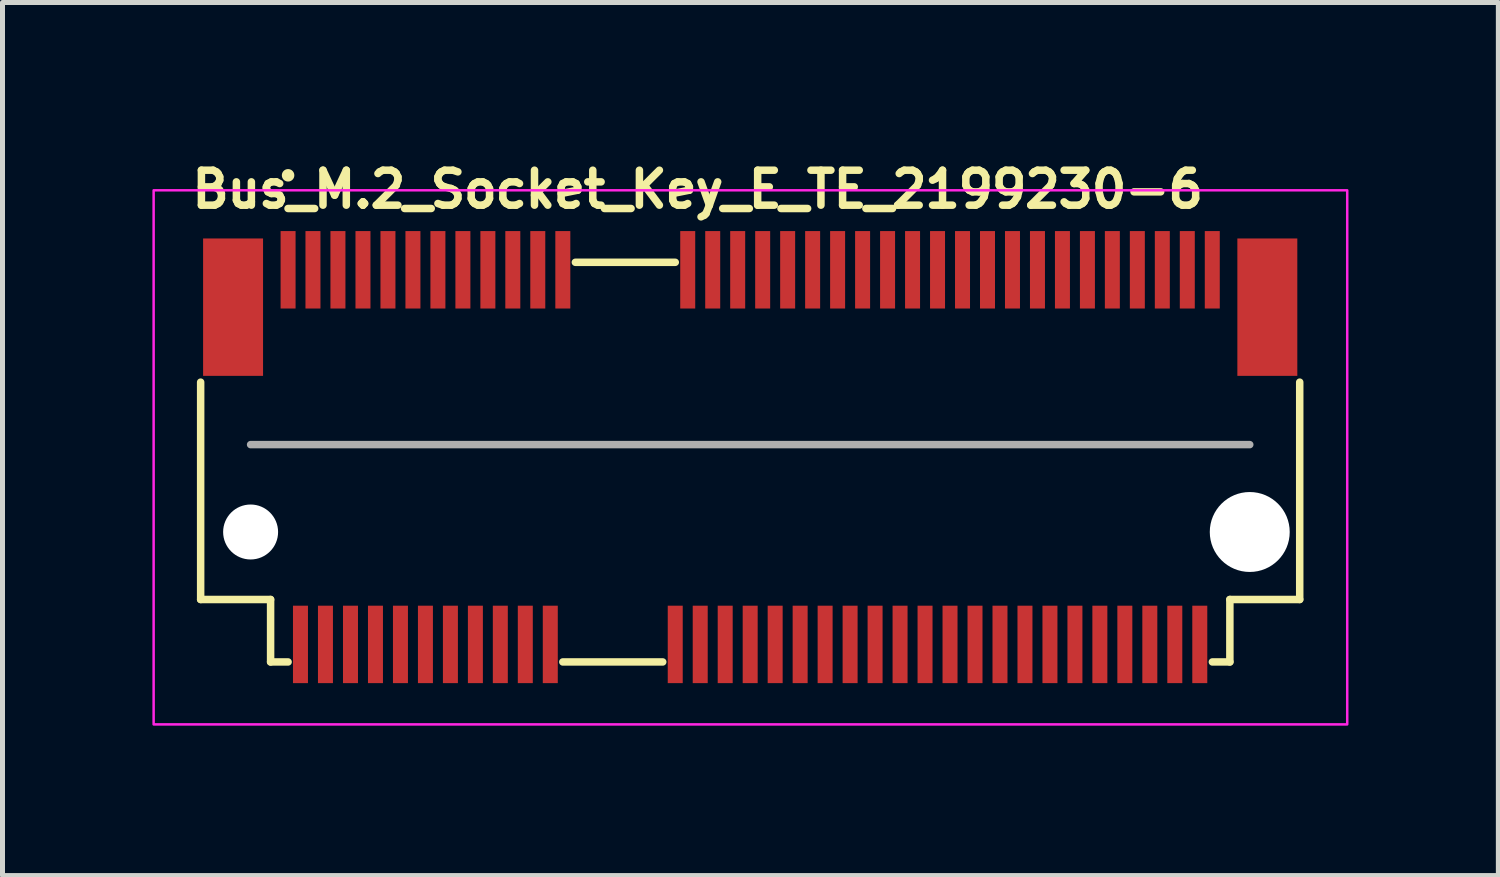
<source format=kicad_pcb>
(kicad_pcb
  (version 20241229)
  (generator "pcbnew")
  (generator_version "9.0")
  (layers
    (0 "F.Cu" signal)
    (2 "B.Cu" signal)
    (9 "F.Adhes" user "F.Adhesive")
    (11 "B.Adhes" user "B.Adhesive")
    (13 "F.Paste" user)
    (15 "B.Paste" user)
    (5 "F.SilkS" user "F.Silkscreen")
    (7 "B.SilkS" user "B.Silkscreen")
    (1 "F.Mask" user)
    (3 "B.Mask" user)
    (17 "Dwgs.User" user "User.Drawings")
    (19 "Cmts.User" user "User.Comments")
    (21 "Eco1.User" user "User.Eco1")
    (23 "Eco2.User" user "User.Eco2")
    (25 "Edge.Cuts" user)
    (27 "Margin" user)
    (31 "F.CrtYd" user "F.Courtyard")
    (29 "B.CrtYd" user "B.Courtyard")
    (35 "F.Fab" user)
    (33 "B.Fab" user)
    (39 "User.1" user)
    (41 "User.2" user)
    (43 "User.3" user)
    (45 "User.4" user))
  (footprint "Bus_M.2_Socket_Key_E_TE_2199230-6"
    (layer "F.Cu")
    (at 11.965 6.099)
    (property "Reference" "Bus_M.2_Socket_Key_E_TE_2199230-6" (at -11.249 -4.949 0) (layer "F.SilkS") (effects (font (size 0.7 0.7) (thickness 0.15)) (justify left bottom)))
    (attr smd)
    (fp_line (start -10.999 2.85) (end -10.999 -1.5) (stroke (width 0.15) (type solid)) (layer "F.SilkS"))
    (fp_line (start -9.599 2.85) (end -10.999 2.85) (stroke (width 0.15) (type solid)) (layer "F.SilkS"))
    (fp_line (start -9.599 2.85) (end -9.599 4.1) (stroke (width 0.15) (type solid)) (layer "F.SilkS"))
    (fp_line (start -9.599 4.1) (end -9.249 4.1) (stroke (width 0.15) (type solid)) (layer "F.SilkS"))
    (fp_line (start -3.75 4.1) (end -1.75 4.1) (stroke (width 0.15) (type solid)) (layer "F.SilkS"))
    (fp_line (start -3.499 -3.899) (end -1.499 -3.899) (stroke (width 0.15) (type solid)) (layer "F.SilkS"))
    (fp_line (start 9.251 4.1) (end 9.601 4.1) (stroke (width 0.15) (type solid)) (layer "F.SilkS"))
    (fp_line (start 9.601 4.1) (end 9.601 2.85) (stroke (width 0.15) (type solid)) (layer "F.SilkS"))
    (fp_line (start 10.999 -1.5) (end 10.999 2.85) (stroke (width 0.15) (type solid)) (layer "F.SilkS"))
    (fp_line (start 10.999 2.85) (end 9.601 2.85) (stroke (width 0.15) (type solid)) (layer "F.SilkS"))
    (fp_circle (center -9.249 -5.64) (end -9.199 -5.64) (stroke (width 0.15) (type solid)) (fill yes) (layer "F.SilkS"))
    (fp_rect (start -11.94 -5.34) (end 11.95 5.35) (stroke (width 0.05) (type solid)) (fill no) (layer "F.CrtYd"))
    (fp_line (start -9.999 -0.25) (end 9.999 -0.25) (stroke (width 0.15) (type solid)) (layer "F.Fab"))
    (fp_rect (start -10.949 -4.349) (end 10.95 4.35) (stroke (width 0.1) (type solid)) (fill no) (layer "User.5"))
    (fp_line (start -10.949 -3.749) (end -10.949 1.749) (stroke (width 0.02) (type solid)) (layer "User.9"))
    (fp_line (start -10.949 -3.749) (end 10.95 -3.749) (stroke (width 0.02) (type solid)) (layer "User.9"))
    (fp_line (start -10.949 2.183) (end -10.949 1.749) (stroke (width 0.02) (type solid)) (layer "User.9"))
    (fp_line (start -10.949 2.183) (end -10.949 2.183) (stroke (width 0.02) (type solid)) (layer "User.9"))
    (fp_line (start -10.949 2.374) (end -10.949 2.183) (stroke (width 0.02) (type solid)) (layer "User.9"))
    (fp_line (start -10.949 2.374) (end -10.949 2.374) (stroke (width 0.02) (type solid)) (layer "User.9"))
    (fp_line (start -10.949 2.457) (end -10.949 2.374) (stroke (width 0.02) (type solid)) (layer "User.9"))
    (fp_line (start -10.949 2.457) (end -10.949 2.457) (stroke (width 0.02) (type solid)) (layer "User.9"))
    (fp_line (start -10.949 2.531) (end -10.949 2.457) (stroke (width 0.02) (type solid)) (layer "User.9"))
    (fp_line (start -10.949 2.531) (end -10.949 2.531) (stroke (width 0.02) (type solid)) (layer "User.9"))
    (fp_line (start -10.949 2.595) (end -10.949 2.531) (stroke (width 0.02) (type solid)) (layer "User.9"))
    (fp_line (start -10.949 2.595) (end -10.949 2.595) (stroke (width 0.02) (type solid)) (layer "User.9"))
    (fp_line (start -10.949 2.651) (end -10.949 2.595) (stroke (width 0.02) (type solid)) (layer "User.9"))
    (fp_line (start -10.949 2.651) (end -10.949 2.651) (stroke (width 0.02) (type solid)) (layer "User.9"))
    (fp_line (start -10.949 2.693) (end -10.949 2.651) (stroke (width 0.02) (type solid)) (layer "User.9"))
    (fp_line (start -10.949 2.693) (end -10.949 2.693) (stroke (width 0.02) (type solid)) (layer "User.9"))
    (fp_line (start -10.949 2.725) (end -10.949 2.693) (stroke (width 0.02) (type solid)) (layer "User.9"))
    (fp_line (start -10.949 2.725) (end -10.949 2.725) (stroke (width 0.02) (type solid)) (layer "User.9"))
    (fp_line (start -10.949 2.744) (end -10.949 2.725) (stroke (width 0.02) (type solid)) (layer "User.9"))
    (fp_line (start -10.949 2.744) (end -10.949 2.744) (stroke (width 0.02) (type solid)) (layer "User.9"))
    (fp_line (start -10.949 2.749) (end -10.949 2.744) (stroke (width 0.02) (type solid)) (layer "User.9"))
    (fp_line (start -10.949 2.749) (end -10.574 2.749) (stroke (width 0.02) (type solid)) (layer "User.9"))
    (fp_line (start -10.574 1.749) (end -2.674 1.749) (stroke (width 0.02) (type solid)) (layer "User.9"))
    (fp_line (start -10.574 2.749) (end -10.55 2.749) (stroke (width 0.02) (type solid)) (layer "User.9"))
    (fp_line (start -10.55 2.749) (end -10.525 2.747) (stroke (width 0.02) (type solid)) (layer "User.9"))
    (fp_line (start -10.525 2.747) (end -10.501 2.744) (stroke (width 0.02) (type solid)) (layer "User.9"))
    (fp_line (start -10.501 2.744) (end -10.477 2.741) (stroke (width 0.02) (type solid)) (layer "User.9"))
    (fp_line (start -10.477 2.741) (end -10.453 2.733) (stroke (width 0.02) (type solid)) (layer "User.9"))
    (fp_line (start -10.453 2.733) (end -10.429 2.728) (stroke (width 0.02) (type solid)) (layer "User.9"))
    (fp_line (start -10.429 2.728) (end -10.407 2.72) (stroke (width 0.02) (type solid)) (layer "User.9"))
    (fp_line (start -10.407 2.72) (end -10.384 2.712) (stroke (width 0.02) (type solid)) (layer "User.9"))
    (fp_line (start -10.384 2.712) (end -10.362 2.701) (stroke (width 0.02) (type solid)) (layer "User.9"))
    (fp_line (start -10.362 2.701) (end -10.34 2.691) (stroke (width 0.02) (type solid)) (layer "User.9"))
    (fp_line (start -10.34 2.691) (end -10.318 2.68) (stroke (width 0.02) (type solid)) (layer "User.9"))
    (fp_line (start -10.318 2.68) (end -10.298 2.664) (stroke (width 0.02) (type solid)) (layer "User.9"))
    (fp_line (start -10.298 2.664) (end -10.278 2.651) (stroke (width 0.02) (type solid)) (layer "User.9"))
    (fp_line (start -10.278 2.651) (end -10.259 2.635) (stroke (width 0.02) (type solid)) (layer "User.9"))
    (fp_line (start -10.259 2.635) (end -10.239 2.619) (stroke (width 0.02) (type solid)) (layer "User.9"))
    (fp_line (start -10.239 2.619) (end -10.221 2.603) (stroke (width 0.02) (type solid)) (layer "User.9"))
    (fp_line (start -10.221 2.603) (end -10.221 2.603) (stroke (width 0.02) (type solid)) (layer "User.9"))
    (fp_line (start -10.221 2.603) (end -10.205 2.584) (stroke (width 0.02) (type solid)) (layer "User.9"))
    (fp_line (start -10.205 2.584) (end -10.189 2.566) (stroke (width 0.02) (type solid)) (layer "User.9"))
    (fp_line (start -10.189 2.566) (end -10.174 2.547) (stroke (width 0.02) (type solid)) (layer "User.9"))
    (fp_line (start -10.174 2.547) (end -10.16 2.528) (stroke (width 0.02) (type solid)) (layer "User.9"))
    (fp_line (start -10.16 2.528) (end -10.145 2.507) (stroke (width 0.02) (type solid)) (layer "User.9"))
    (fp_line (start -10.145 2.507) (end -10.133 2.486) (stroke (width 0.02) (type solid)) (layer "User.9"))
    (fp_line (start -10.133 2.486) (end -10.122 2.462) (stroke (width 0.02) (type solid)) (layer "User.9"))
    (fp_line (start -10.122 2.462) (end -10.113 2.441) (stroke (width 0.02) (type solid)) (layer "User.9"))
    (fp_line (start -10.113 2.441) (end -10.104 2.419) (stroke (width 0.02) (type solid)) (layer "User.9"))
    (fp_line (start -10.104 2.419) (end -10.096 2.395) (stroke (width 0.02) (type solid)) (layer "User.9"))
    (fp_line (start -10.096 2.395) (end -10.09 2.372) (stroke (width 0.02) (type solid)) (layer "User.9"))
    (fp_line (start -10.09 2.372) (end -10.084 2.348) (stroke (width 0.02) (type solid)) (layer "User.9"))
    (fp_line (start -10.084 2.348) (end -10.081 2.324) (stroke (width 0.02) (type solid)) (layer "User.9"))
    (fp_line (start -10.081 2.324) (end -10.078 2.3) (stroke (width 0.02) (type solid)) (layer "User.9"))
    (fp_line (start -10.078 2.3) (end -10.076 2.273) (stroke (width 0.02) (type solid)) (layer "User.9"))
    (fp_line (start -10.076 2.273) (end -10.075 2.249) (stroke (width 0.02) (type solid)) (layer "User.9"))
    (fp_line (start -10.075 2.103) (end -10.075 1.749) (stroke (width 0.02) (type solid)) (layer "User.9"))
    (fp_line (start -10.075 2.103) (end -10.075 2.103) (stroke (width 0.02) (type solid)) (layer "User.9"))
    (fp_line (start -10.075 2.249) (end -10.075 2.103) (stroke (width 0.02) (type solid)) (layer "User.9"))
    (fp_line (start -9.55 -3.22) (end -8.95 -3.22) (stroke (width 0.02) (type solid)) (layer "User.9"))
    (fp_line (start -9.499 1.749) (end -9.499 3.999) (stroke (width 0.02) (type solid)) (layer "User.9"))
    (fp_line (start -9.499 2.749) (end -10.574 2.749) (stroke (width 0.02) (type solid)) (layer "User.9"))
    (fp_line (start -9.499 3.999) (end -3.655 3.999) (stroke (width 0.02) (type solid)) (layer "User.9"))
    (fp_line (start -9.324 -4.349) (end -9.324 -3.85) (stroke (width 0.02) (type solid)) (layer "User.9"))
    (fp_line (start -9.324 -4.349) (end -9.176 -4.349) (stroke (width 0.02) (type solid)) (layer "User.9"))
    (fp_line (start -9.324 -3.85) (end -9.324 -3.749) (stroke (width 0.02) (type solid)) (layer "User.9"))
    (fp_line (start -9.249 -3.74) (end -9.55 -3.22) (stroke (width 0.02) (type solid)) (layer "User.9"))
    (fp_line (start -9.176 -4.349) (end -9.176 -3.85) (stroke (width 0.02) (type solid)) (layer "User.9"))
    (fp_line (start -9.176 -3.85) (end -9.176 -3.749) (stroke (width 0.02) (type solid)) (layer "User.9"))
    (fp_line (start -9.094 2.252) (end -9.074 1.981) (stroke (width 0.02) (type solid)) (layer "User.9"))
    (fp_line (start -9.094 2.252) (end -8.906 2.252) (stroke (width 0.02) (type solid)) (layer "User.9"))
    (fp_line (start -9.074 1.749) (end -9.074 1.797) (stroke (width 0.02) (type solid)) (layer "User.9"))
    (fp_line (start -9.074 1.903) (end -9.074 1.797) (stroke (width 0.02) (type solid)) (layer "User.9"))
    (fp_line (start -9.074 1.903) (end -9.074 1.981) (stroke (width 0.02) (type solid)) (layer "User.9"))
    (fp_line (start -9.074 3.999) (end -9.074 4.35) (stroke (width 0.02) (type solid)) (layer "User.9"))
    (fp_line (start -9.074 4.35) (end -8.925 4.35) (stroke (width 0.02) (type solid)) (layer "User.9"))
    (fp_line (start -8.95 -3.22) (end -9.249 -3.74) (stroke (width 0.02) (type solid)) (layer "User.9"))
    (fp_line (start -8.925 1.749) (end -8.925 1.797) (stroke (width 0.02) (type solid)) (layer "User.9"))
    (fp_line (start -8.925 1.903) (end -8.925 1.797) (stroke (width 0.02) (type solid)) (layer "User.9"))
    (fp_line (start -8.925 1.903) (end -8.925 1.981) (stroke (width 0.02) (type solid)) (layer "User.9"))
    (fp_line (start -8.925 3.999) (end -8.925 4.35) (stroke (width 0.02) (type solid)) (layer "User.9"))
    (fp_line (start -8.906 2.252) (end -8.925 1.981) (stroke (width 0.02) (type solid)) (layer "User.9"))
    (fp_line (start -8.825 -4.349) (end -8.825 -3.85) (stroke (width 0.02) (type solid)) (layer "User.9"))
    (fp_line (start -8.825 -4.349) (end -8.675 -4.349) (stroke (width 0.02) (type solid)) (layer "User.9"))
    (fp_line (start -8.825 -3.85) (end -8.825 -3.749) (stroke (width 0.02) (type solid)) (layer "User.9"))
    (fp_line (start -8.675 -4.349) (end -8.675 -3.85) (stroke (width 0.02) (type solid)) (layer "User.9"))
    (fp_line (start -8.675 -3.85) (end -8.675 -3.749) (stroke (width 0.02) (type solid)) (layer "User.9"))
    (fp_line (start -8.593 2.252) (end -8.574 1.981) (stroke (width 0.02) (type solid)) (layer "User.9"))
    (fp_line (start -8.593 2.252) (end -8.407 2.252) (stroke (width 0.02) (type solid)) (layer "User.9"))
    (fp_line (start -8.574 1.749) (end -8.574 1.797) (stroke (width 0.02) (type solid)) (layer "User.9"))
    (fp_line (start -8.574 1.903) (end -8.574 1.797) (stroke (width 0.02) (type solid)) (layer "User.9"))
    (fp_line (start -8.574 1.903) (end -8.574 1.981) (stroke (width 0.02) (type solid)) (layer "User.9"))
    (fp_line (start -8.574 3.999) (end -8.574 4.35) (stroke (width 0.02) (type solid)) (layer "User.9"))
    (fp_line (start -8.574 4.35) (end -8.425 4.35) (stroke (width 0.02) (type solid)) (layer "User.9"))
    (fp_line (start -8.425 1.749) (end -8.425 1.797) (stroke (width 0.02) (type solid)) (layer "User.9"))
    (fp_line (start -8.425 1.903) (end -8.425 1.797) (stroke (width 0.02) (type solid)) (layer "User.9"))
    (fp_line (start -8.425 1.903) (end -8.425 1.981) (stroke (width 0.02) (type solid)) (layer "User.9"))
    (fp_line (start -8.425 3.999) (end -8.425 4.35) (stroke (width 0.02) (type solid)) (layer "User.9"))
    (fp_line (start -8.407 2.252) (end -8.425 1.981) (stroke (width 0.02) (type solid)) (layer "User.9"))
    (fp_line (start -8.324 -4.349) (end -8.324 -3.85) (stroke (width 0.02) (type solid)) (layer "User.9"))
    (fp_line (start -8.324 -4.349) (end -8.175 -4.349) (stroke (width 0.02) (type solid)) (layer "User.9"))
    (fp_line (start -8.324 -3.85) (end -8.324 -3.749) (stroke (width 0.02) (type solid)) (layer "User.9"))
    (fp_line (start -8.175 -4.349) (end -8.175 -3.85) (stroke (width 0.02) (type solid)) (layer "User.9"))
    (fp_line (start -8.175 -3.85) (end -8.175 -3.749) (stroke (width 0.02) (type solid)) (layer "User.9"))
    (fp_line (start -8.093 2.252) (end -8.074 1.981) (stroke (width 0.02) (type solid)) (layer "User.9"))
    (fp_line (start -8.093 2.252) (end -7.907 2.252) (stroke (width 0.02) (type solid)) (layer "User.9"))
    (fp_line (start -8.074 1.749) (end -8.074 1.797) (stroke (width 0.02) (type solid)) (layer "User.9"))
    (fp_line (start -8.074 1.903) (end -8.074 1.797) (stroke (width 0.02) (type solid)) (layer "User.9"))
    (fp_line (start -8.074 1.903) (end -8.074 1.981) (stroke (width 0.02) (type solid)) (layer "User.9"))
    (fp_line (start -8.074 3.999) (end -8.074 4.35) (stroke (width 0.02) (type solid)) (layer "User.9"))
    (fp_line (start -8.074 4.35) (end -7.925 4.35) (stroke (width 0.02) (type solid)) (layer "User.9"))
    (fp_line (start -7.925 1.749) (end -7.925 1.797) (stroke (width 0.02) (type solid)) (layer "User.9"))
    (fp_line (start -7.925 1.903) (end -7.925 1.797) (stroke (width 0.02) (type solid)) (layer "User.9"))
    (fp_line (start -7.925 1.903) (end -7.925 1.981) (stroke (width 0.02) (type solid)) (layer "User.9"))
    (fp_line (start -7.925 3.999) (end -7.925 4.35) (stroke (width 0.02) (type solid)) (layer "User.9"))
    (fp_line (start -7.907 2.252) (end -7.925 1.981) (stroke (width 0.02) (type solid)) (layer "User.9"))
    (fp_line (start -7.826 -4.349) (end -7.826 -3.85) (stroke (width 0.02) (type solid)) (layer "User.9"))
    (fp_line (start -7.826 -4.349) (end -7.675 -4.349) (stroke (width 0.02) (type solid)) (layer "User.9"))
    (fp_line (start -7.826 -3.85) (end -7.826 -3.749) (stroke (width 0.02) (type solid)) (layer "User.9"))
    (fp_line (start -7.675 -4.349) (end -7.675 -3.85) (stroke (width 0.02) (type solid)) (layer "User.9"))
    (fp_line (start -7.675 -3.85) (end -7.675 -3.749) (stroke (width 0.02) (type solid)) (layer "User.9"))
    (fp_line (start -7.593 2.252) (end -7.576 1.981) (stroke (width 0.02) (type solid)) (layer "User.9"))
    (fp_line (start -7.593 2.252) (end -7.407 2.252) (stroke (width 0.02) (type solid)) (layer "User.9"))
    (fp_line (start -7.576 1.749) (end -7.576 1.797) (stroke (width 0.02) (type solid)) (layer "User.9"))
    (fp_line (start -7.576 1.903) (end -7.576 1.797) (stroke (width 0.02) (type solid)) (layer "User.9"))
    (fp_line (start -7.576 1.903) (end -7.576 1.981) (stroke (width 0.02) (type solid)) (layer "User.9"))
    (fp_line (start -7.576 3.999) (end -7.576 4.35) (stroke (width 0.02) (type solid)) (layer "User.9"))
    (fp_line (start -7.576 4.35) (end -7.425 4.35) (stroke (width 0.02) (type solid)) (layer "User.9"))
    (fp_line (start -7.425 1.749) (end -7.425 1.797) (stroke (width 0.02) (type solid)) (layer "User.9"))
    (fp_line (start -7.425 1.903) (end -7.425 1.797) (stroke (width 0.02) (type solid)) (layer "User.9"))
    (fp_line (start -7.425 1.903) (end -7.425 1.981) (stroke (width 0.02) (type solid)) (layer "User.9"))
    (fp_line (start -7.425 3.999) (end -7.425 4.35) (stroke (width 0.02) (type solid)) (layer "User.9"))
    (fp_line (start -7.407 2.252) (end -7.425 1.981) (stroke (width 0.02) (type solid)) (layer "User.9"))
    (fp_line (start -7.326 -4.349) (end -7.326 -3.85) (stroke (width 0.02) (type solid)) (layer "User.9"))
    (fp_line (start -7.326 -4.349) (end -7.174 -4.349) (stroke (width 0.02) (type solid)) (layer "User.9"))
    (fp_line (start -7.326 -3.85) (end -7.326 -3.749) (stroke (width 0.02) (type solid)) (layer "User.9"))
    (fp_line (start -7.174 -4.349) (end -7.174 -3.85) (stroke (width 0.02) (type solid)) (layer "User.9"))
    (fp_line (start -7.174 -3.85) (end -7.174 -3.749) (stroke (width 0.02) (type solid)) (layer "User.9"))
    (fp_line (start -7.093 2.252) (end -7.076 1.981) (stroke (width 0.02) (type solid)) (layer "User.9"))
    (fp_line (start -7.093 2.252) (end -6.907 2.252) (stroke (width 0.02) (type solid)) (layer "User.9"))
    (fp_line (start -7.076 1.749) (end -7.076 1.797) (stroke (width 0.02) (type solid)) (layer "User.9"))
    (fp_line (start -7.076 1.903) (end -7.076 1.797) (stroke (width 0.02) (type solid)) (layer "User.9"))
    (fp_line (start -7.076 1.903) (end -7.076 1.981) (stroke (width 0.02) (type solid)) (layer "User.9"))
    (fp_line (start -7.076 3.999) (end -7.076 4.35) (stroke (width 0.02) (type solid)) (layer "User.9"))
    (fp_line (start -7.076 4.35) (end -6.924 4.35) (stroke (width 0.02) (type solid)) (layer "User.9"))
    (fp_line (start -6.924 1.749) (end -6.924 1.797) (stroke (width 0.02) (type solid)) (layer "User.9"))
    (fp_line (start -6.924 1.903) (end -6.924 1.797) (stroke (width 0.02) (type solid)) (layer "User.9"))
    (fp_line (start -6.924 1.903) (end -6.924 1.981) (stroke (width 0.02) (type solid)) (layer "User.9"))
    (fp_line (start -6.924 3.999) (end -6.924 4.35) (stroke (width 0.02) (type solid)) (layer "User.9"))
    (fp_line (start -6.907 2.252) (end -6.924 1.981) (stroke (width 0.02) (type solid)) (layer "User.9"))
    (fp_line (start -6.826 -4.349) (end -6.826 -3.85) (stroke (width 0.02) (type solid)) (layer "User.9"))
    (fp_line (start -6.826 -4.349) (end -6.674 -4.349) (stroke (width 0.02) (type solid)) (layer "User.9"))
    (fp_line (start -6.826 -3.85) (end -6.826 -3.749) (stroke (width 0.02) (type solid)) (layer "User.9"))
    (fp_line (start -6.674 -4.349) (end -6.674 -3.85) (stroke (width 0.02) (type solid)) (layer "User.9"))
    (fp_line (start -6.674 -3.85) (end -6.674 -3.749) (stroke (width 0.02) (type solid)) (layer "User.9"))
    (fp_line (start -6.593 2.252) (end -6.576 1.981) (stroke (width 0.02) (type solid)) (layer "User.9"))
    (fp_line (start -6.593 2.252) (end -6.407 2.252) (stroke (width 0.02) (type solid)) (layer "User.9"))
    (fp_line (start -6.576 1.749) (end -6.576 1.797) (stroke (width 0.02) (type solid)) (layer "User.9"))
    (fp_line (start -6.576 1.903) (end -6.576 1.797) (stroke (width 0.02) (type solid)) (layer "User.9"))
    (fp_line (start -6.576 1.903) (end -6.576 1.981) (stroke (width 0.02) (type solid)) (layer "User.9"))
    (fp_line (start -6.576 3.999) (end -6.576 4.35) (stroke (width 0.02) (type solid)) (layer "User.9"))
    (fp_line (start -6.576 4.35) (end -6.424 4.35) (stroke (width 0.02) (type solid)) (layer "User.9"))
    (fp_line (start -6.424 1.749) (end -6.424 1.797) (stroke (width 0.02) (type solid)) (layer "User.9"))
    (fp_line (start -6.424 1.903) (end -6.424 1.797) (stroke (width 0.02) (type solid)) (layer "User.9"))
    (fp_line (start -6.424 1.903) (end -6.424 1.981) (stroke (width 0.02) (type solid)) (layer "User.9"))
    (fp_line (start -6.424 3.999) (end -6.424 4.35) (stroke (width 0.02) (type solid)) (layer "User.9"))
    (fp_line (start -6.407 2.252) (end -6.424 1.981) (stroke (width 0.02) (type solid)) (layer "User.9"))
    (fp_line (start -6.326 -4.349) (end -6.326 -3.85) (stroke (width 0.02) (type solid)) (layer "User.9"))
    (fp_line (start -6.326 -4.349) (end -6.174 -4.349) (stroke (width 0.02) (type solid)) (layer "User.9"))
    (fp_line (start -6.326 -3.85) (end -6.326 -3.749) (stroke (width 0.02) (type solid)) (layer "User.9"))
    (fp_line (start -6.174 -4.349) (end -6.174 -3.85) (stroke (width 0.02) (type solid)) (layer "User.9"))
    (fp_line (start -6.174 -3.85) (end -6.174 -3.749) (stroke (width 0.02) (type solid)) (layer "User.9"))
    (fp_line (start -6.093 2.252) (end -6.076 1.981) (stroke (width 0.02) (type solid)) (layer "User.9"))
    (fp_line (start -6.093 2.252) (end -5.907 2.252) (stroke (width 0.02) (type solid)) (layer "User.9"))
    (fp_line (start -6.076 1.749) (end -6.076 1.797) (stroke (width 0.02) (type solid)) (layer "User.9"))
    (fp_line (start -6.076 1.903) (end -6.076 1.797) (stroke (width 0.02) (type solid)) (layer "User.9"))
    (fp_line (start -6.076 1.903) (end -6.076 1.981) (stroke (width 0.02) (type solid)) (layer "User.9"))
    (fp_line (start -6.076 3.999) (end -6.076 4.35) (stroke (width 0.02) (type solid)) (layer "User.9"))
    (fp_line (start -6.076 4.35) (end -5.924 4.35) (stroke (width 0.02) (type solid)) (layer "User.9"))
    (fp_line (start -5.924 1.749) (end -5.924 1.797) (stroke (width 0.02) (type solid)) (layer "User.9"))
    (fp_line (start -5.924 1.903) (end -5.924 1.797) (stroke (width 0.02) (type solid)) (layer "User.9"))
    (fp_line (start -5.924 1.903) (end -5.924 1.981) (stroke (width 0.02) (type solid)) (layer "User.9"))
    (fp_line (start -5.924 3.999) (end -5.924 4.35) (stroke (width 0.02) (type solid)) (layer "User.9"))
    (fp_line (start -5.907 2.252) (end -5.924 1.981) (stroke (width 0.02) (type solid)) (layer "User.9"))
    (fp_line (start -5.826 -4.349) (end -5.826 -3.85) (stroke (width 0.02) (type solid)) (layer "User.9"))
    (fp_line (start -5.826 -4.349) (end -5.674 -4.349) (stroke (width 0.02) (type solid)) (layer "User.9"))
    (fp_line (start -5.826 -3.85) (end -5.826 -3.749) (stroke (width 0.02) (type solid)) (layer "User.9"))
    (fp_line (start -5.674 -4.349) (end -5.674 -3.85) (stroke (width 0.02) (type solid)) (layer "User.9"))
    (fp_line (start -5.674 -3.85) (end -5.674 -3.749) (stroke (width 0.02) (type solid)) (layer "User.9"))
    (fp_line (start -5.593 2.252) (end -5.576 1.981) (stroke (width 0.02) (type solid)) (layer "User.9"))
    (fp_line (start -5.593 2.252) (end -5.407 2.252) (stroke (width 0.02) (type solid)) (layer "User.9"))
    (fp_line (start -5.576 1.749) (end -5.576 1.797) (stroke (width 0.02) (type solid)) (layer "User.9"))
    (fp_line (start -5.576 1.903) (end -5.576 1.797) (stroke (width 0.02) (type solid)) (layer "User.9"))
    (fp_line (start -5.576 1.903) (end -5.576 1.981) (stroke (width 0.02) (type solid)) (layer "User.9"))
    (fp_line (start -5.576 3.999) (end -5.576 4.35) (stroke (width 0.02) (type solid)) (layer "User.9"))
    (fp_line (start -5.576 4.35) (end -5.424 4.35) (stroke (width 0.02) (type solid)) (layer "User.9"))
    (fp_line (start -5.424 1.749) (end -5.424 1.797) (stroke (width 0.02) (type solid)) (layer "User.9"))
    (fp_line (start -5.424 1.903) (end -5.424 1.797) (stroke (width 0.02) (type solid)) (layer "User.9"))
    (fp_line (start -5.424 1.903) (end -5.424 1.981) (stroke (width 0.02) (type solid)) (layer "User.9"))
    (fp_line (start -5.424 3.999) (end -5.424 4.35) (stroke (width 0.02) (type solid)) (layer "User.9"))
    (fp_line (start -5.407 2.252) (end -5.424 1.981) (stroke (width 0.02) (type solid)) (layer "User.9"))
    (fp_line (start -5.326 -4.349) (end -5.326 -3.85) (stroke (width 0.02) (type solid)) (layer "User.9"))
    (fp_line (start -5.326 -4.349) (end -5.174 -4.349) (stroke (width 0.02) (type solid)) (layer "User.9"))
    (fp_line (start -5.326 -3.85) (end -5.326 -3.749) (stroke (width 0.02) (type solid)) (layer "User.9"))
    (fp_line (start -5.174 -4.349) (end -5.174 -3.85) (stroke (width 0.02) (type solid)) (layer "User.9"))
    (fp_line (start -5.174 -3.85) (end -5.174 -3.749) (stroke (width 0.02) (type solid)) (layer "User.9"))
    (fp_line (start -5.094 2.252) (end -5.075 1.981) (stroke (width 0.02) (type solid)) (layer "User.9"))
    (fp_line (start -5.094 2.252) (end -4.907 2.252) (stroke (width 0.02) (type solid)) (layer "User.9"))
    (fp_line (start -5.075 1.749) (end -5.075 1.797) (stroke (width 0.02) (type solid)) (layer "User.9"))
    (fp_line (start -5.075 1.903) (end -5.075 1.797) (stroke (width 0.02) (type solid)) (layer "User.9"))
    (fp_line (start -5.075 1.903) (end -5.075 1.981) (stroke (width 0.02) (type solid)) (layer "User.9"))
    (fp_line (start -5.075 3.999) (end -5.075 4.35) (stroke (width 0.02) (type solid)) (layer "User.9"))
    (fp_line (start -5.075 4.35) (end -4.924 4.35) (stroke (width 0.02) (type solid)) (layer "User.9"))
    (fp_line (start -4.924 1.749) (end -4.924 1.797) (stroke (width 0.02) (type solid)) (layer "User.9"))
    (fp_line (start -4.924 1.903) (end -4.924 1.797) (stroke (width 0.02) (type solid)) (layer "User.9"))
    (fp_line (start -4.924 1.903) (end -4.924 1.981) (stroke (width 0.02) (type solid)) (layer "User.9"))
    (fp_line (start -4.924 3.999) (end -4.924 4.35) (stroke (width 0.02) (type solid)) (layer "User.9"))
    (fp_line (start -4.907 2.252) (end -4.924 1.981) (stroke (width 0.02) (type solid)) (layer "User.9"))
    (fp_line (start -4.825 -4.349) (end -4.825 -3.85) (stroke (width 0.02) (type solid)) (layer "User.9"))
    (fp_line (start -4.825 -4.349) (end -4.674 -4.349) (stroke (width 0.02) (type solid)) (layer "User.9"))
    (fp_line (start -4.825 -3.85) (end -4.825 -3.749) (stroke (width 0.02) (type solid)) (layer "User.9"))
    (fp_line (start -4.674 -4.349) (end -4.674 -3.85) (stroke (width 0.02) (type solid)) (layer "User.9"))
    (fp_line (start -4.674 -3.85) (end -4.674 -3.749) (stroke (width 0.02) (type solid)) (layer "User.9"))
    (fp_line (start -4.594 2.252) (end -4.575 1.981) (stroke (width 0.02) (type solid)) (layer "User.9"))
    (fp_line (start -4.594 2.252) (end -4.407 2.252) (stroke (width 0.02) (type solid)) (layer "User.9"))
    (fp_line (start -4.575 1.749) (end -4.575 1.797) (stroke (width 0.02) (type solid)) (layer "User.9"))
    (fp_line (start -4.575 1.903) (end -4.575 1.797) (stroke (width 0.02) (type solid)) (layer "User.9"))
    (fp_line (start -4.575 1.903) (end -4.575 1.981) (stroke (width 0.02) (type solid)) (layer "User.9"))
    (fp_line (start -4.575 3.999) (end -4.575 4.35) (stroke (width 0.02) (type solid)) (layer "User.9"))
    (fp_line (start -4.575 4.35) (end -4.424 4.35) (stroke (width 0.02) (type solid)) (layer "User.9"))
    (fp_line (start -4.424 1.749) (end -4.424 1.797) (stroke (width 0.02) (type solid)) (layer "User.9"))
    (fp_line (start -4.424 1.903) (end -4.424 1.797) (stroke (width 0.02) (type solid)) (layer "User.9"))
    (fp_line (start -4.424 1.903) (end -4.424 1.981) (stroke (width 0.02) (type solid)) (layer "User.9"))
    (fp_line (start -4.424 3.999) (end -4.424 4.35) (stroke (width 0.02) (type solid)) (layer "User.9"))
    (fp_line (start -4.407 2.252) (end -4.424 1.981) (stroke (width 0.02) (type solid)) (layer "User.9"))
    (fp_line (start -4.325 -4.349) (end -4.325 -3.85) (stroke (width 0.02) (type solid)) (layer "User.9"))
    (fp_line (start -4.325 -4.349) (end -4.174 -4.349) (stroke (width 0.02) (type solid)) (layer "User.9"))
    (fp_line (start -4.325 -3.85) (end -4.325 -3.749) (stroke (width 0.02) (type solid)) (layer "User.9"))
    (fp_line (start -4.174 -4.349) (end -4.174 -3.85) (stroke (width 0.02) (type solid)) (layer "User.9"))
    (fp_line (start -4.174 -3.85) (end -4.174 -3.749) (stroke (width 0.02) (type solid)) (layer "User.9"))
    (fp_line (start -4.094 2.252) (end -4.075 1.981) (stroke (width 0.02) (type solid)) (layer "User.9"))
    (fp_line (start -4.094 2.252) (end -3.907 2.252) (stroke (width 0.02) (type solid)) (layer "User.9"))
    (fp_line (start -4.075 1.749) (end -4.075 1.797) (stroke (width 0.02) (type solid)) (layer "User.9"))
    (fp_line (start -4.075 1.903) (end -4.075 1.797) (stroke (width 0.02) (type solid)) (layer "User.9"))
    (fp_line (start -4.075 1.903) (end -4.075 1.981) (stroke (width 0.02) (type solid)) (layer "User.9"))
    (fp_line (start -4.075 3.999) (end -4.075 4.35) (stroke (width 0.02) (type solid)) (layer "User.9"))
    (fp_line (start -4.075 4.35) (end -3.924 4.35) (stroke (width 0.02) (type solid)) (layer "User.9"))
    (fp_line (start -3.924 1.749) (end -3.924 1.797) (stroke (width 0.02) (type solid)) (layer "User.9"))
    (fp_line (start -3.924 1.903) (end -3.924 1.797) (stroke (width 0.02) (type solid)) (layer "User.9"))
    (fp_line (start -3.924 1.903) (end -3.924 1.981) (stroke (width 0.02) (type solid)) (layer "User.9"))
    (fp_line (start -3.924 3.999) (end -3.924 4.35) (stroke (width 0.02) (type solid)) (layer "User.9"))
    (fp_line (start -3.907 2.252) (end -3.924 1.981) (stroke (width 0.02) (type solid)) (layer "User.9"))
    (fp_line (start -3.825 -4.349) (end -3.825 -3.85) (stroke (width 0.02) (type solid)) (layer "User.9"))
    (fp_line (start -3.825 -4.349) (end -3.674 -4.349) (stroke (width 0.02) (type solid)) (layer "User.9"))
    (fp_line (start -3.825 -3.85) (end -3.825 -3.749) (stroke (width 0.02) (type solid)) (layer "User.9"))
    (fp_line (start -3.674 -4.349) (end -3.674 -3.85) (stroke (width 0.02) (type solid)) (layer "User.9"))
    (fp_line (start -3.674 -3.85) (end -3.674 -3.749) (stroke (width 0.02) (type solid)) (layer "User.9"))
    (fp_line (start -3.655 1.749) (end -3.655 3.999) (stroke (width 0.02) (type solid)) (layer "User.9"))
    (fp_line (start -3.655 3.999) (end -3.546 3.999) (stroke (width 0.02) (type solid)) (layer "User.9"))
    (fp_line (start -3.546 3.749) (end -3.546 3.999) (stroke (width 0.02) (type solid)) (layer "User.9"))
    (fp_line (start -3.546 3.749) (end -1.955 3.749) (stroke (width 0.02) (type solid)) (layer "User.9"))
    (fp_line (start -3.174 2.103) (end -3.174 1.749) (stroke (width 0.02) (type solid)) (layer "User.9"))
    (fp_line (start -3.174 2.103) (end -3.174 2.103) (stroke (width 0.02) (type solid)) (layer "User.9"))
    (fp_line (start -3.174 2.249) (end -3.174 2.103) (stroke (width 0.02) (type solid)) (layer "User.9"))
    (fp_line (start -3.174 2.249) (end -3.174 2.273) (stroke (width 0.02) (type solid)) (layer "User.9"))
    (fp_line (start -3.174 2.273) (end -3.173 2.3) (stroke (width 0.02) (type solid)) (layer "User.9"))
    (fp_line (start -3.173 2.3) (end -3.17 2.324) (stroke (width 0.02) (type solid)) (layer "User.9"))
    (fp_line (start -3.17 2.324) (end -3.165 2.348) (stroke (width 0.02) (type solid)) (layer "User.9"))
    (fp_line (start -3.165 2.348) (end -3.16 2.372) (stroke (width 0.02) (type solid)) (layer "User.9"))
    (fp_line (start -3.16 2.372) (end -3.154 2.395) (stroke (width 0.02) (type solid)) (layer "User.9"))
    (fp_line (start -3.154 2.395) (end -3.146 2.419) (stroke (width 0.02) (type solid)) (layer "User.9"))
    (fp_line (start -3.146 2.419) (end -3.136 2.441) (stroke (width 0.02) (type solid)) (layer "User.9"))
    (fp_line (start -3.136 2.441) (end -3.128 2.462) (stroke (width 0.02) (type solid)) (layer "User.9"))
    (fp_line (start -3.128 2.462) (end -3.117 2.486) (stroke (width 0.02) (type solid)) (layer "User.9"))
    (fp_line (start -3.117 2.486) (end -3.104 2.507) (stroke (width 0.02) (type solid)) (layer "User.9"))
    (fp_line (start -3.104 2.507) (end -3.091 2.528) (stroke (width 0.02) (type solid)) (layer "User.9"))
    (fp_line (start -3.091 2.528) (end -3.077 2.547) (stroke (width 0.02) (type solid)) (layer "User.9"))
    (fp_line (start -3.077 2.547) (end -3.062 2.566) (stroke (width 0.02) (type solid)) (layer "User.9"))
    (fp_line (start -3.062 2.566) (end -3.046 2.584) (stroke (width 0.02) (type solid)) (layer "User.9"))
    (fp_line (start -3.046 2.584) (end -3.029 2.603) (stroke (width 0.02) (type solid)) (layer "User.9"))
    (fp_line (start -3.029 2.603) (end -3.029 2.603) (stroke (width 0.02) (type solid)) (layer "User.9"))
    (fp_line (start -3.029 2.603) (end -3.011 2.619) (stroke (width 0.02) (type solid)) (layer "User.9"))
    (fp_line (start -3.011 2.619) (end -2.992 2.635) (stroke (width 0.02) (type solid)) (layer "User.9"))
    (fp_line (start -2.992 2.635) (end -2.972 2.651) (stroke (width 0.02) (type solid)) (layer "User.9"))
    (fp_line (start -2.972 2.651) (end -2.953 2.664) (stroke (width 0.02) (type solid)) (layer "User.9"))
    (fp_line (start -2.953 2.664) (end -2.931 2.68) (stroke (width 0.02) (type solid)) (layer "User.9"))
    (fp_line (start -2.931 2.68) (end -2.91 2.691) (stroke (width 0.02) (type solid)) (layer "User.9"))
    (fp_line (start -2.91 2.691) (end -2.889 2.701) (stroke (width 0.02) (type solid)) (layer "User.9"))
    (fp_line (start -2.889 2.701) (end -2.867 2.712) (stroke (width 0.02) (type solid)) (layer "User.9"))
    (fp_line (start -2.867 2.712) (end -2.844 2.72) (stroke (width 0.02) (type solid)) (layer "User.9"))
    (fp_line (start -2.844 2.72) (end -2.82 2.728) (stroke (width 0.02) (type solid)) (layer "User.9"))
    (fp_line (start -2.82 2.728) (end -2.796 2.733) (stroke (width 0.02) (type solid)) (layer "User.9"))
    (fp_line (start -2.796 2.733) (end -2.774 2.741) (stroke (width 0.02) (type solid)) (layer "User.9"))
    (fp_line (start -2.774 2.741) (end -2.748 2.744) (stroke (width 0.02) (type solid)) (layer "User.9"))
    (fp_line (start -2.748 2.744) (end -2.724 2.747) (stroke (width 0.02) (type solid)) (layer "User.9"))
    (fp_line (start -2.724 2.747) (end -2.7 2.749) (stroke (width 0.02) (type solid)) (layer "User.9"))
    (fp_line (start -2.7 2.749) (end -2.674 2.749) (stroke (width 0.02) (type solid)) (layer "User.9"))
    (fp_line (start -2.674 2.749) (end -2.575 2.749) (stroke (width 0.02) (type solid)) (layer "User.9"))
    (fp_line (start -2.575 1.749) (end 10.575 1.749) (stroke (width 0.02) (type solid)) (layer "User.9"))
    (fp_line (start -2.551 2.749) (end -2.575 2.749) (stroke (width 0.02) (type solid)) (layer "User.9"))
    (fp_line (start -2.525 2.747) (end -2.551 2.749) (stroke (width 0.02) (type solid)) (layer "User.9"))
    (fp_line (start -2.501 2.744) (end -2.525 2.747) (stroke (width 0.02) (type solid)) (layer "User.9"))
    (fp_line (start -2.476 2.741) (end -2.501 2.744) (stroke (width 0.02) (type solid)) (layer "User.9"))
    (fp_line (start -2.453 2.733) (end -2.476 2.741) (stroke (width 0.02) (type solid)) (layer "User.9"))
    (fp_line (start -2.429 2.728) (end -2.453 2.733) (stroke (width 0.02) (type solid)) (layer "User.9"))
    (fp_line (start -2.407 2.72) (end -2.429 2.728) (stroke (width 0.02) (type solid)) (layer "User.9"))
    (fp_line (start -2.383 2.712) (end -2.407 2.72) (stroke (width 0.02) (type solid)) (layer "User.9"))
    (fp_line (start -2.362 2.701) (end -2.383 2.712) (stroke (width 0.02) (type solid)) (layer "User.9"))
    (fp_line (start -2.34 2.691) (end -2.362 2.701) (stroke (width 0.02) (type solid)) (layer "User.9"))
    (fp_line (start -2.319 2.68) (end -2.34 2.691) (stroke (width 0.02) (type solid)) (layer "User.9"))
    (fp_line (start -2.298 2.664) (end -2.319 2.68) (stroke (width 0.02) (type solid)) (layer "User.9"))
    (fp_line (start -2.277 2.651) (end -2.298 2.664) (stroke (width 0.02) (type solid)) (layer "User.9"))
    (fp_line (start -2.258 2.635) (end -2.277 2.651) (stroke (width 0.02) (type solid)) (layer "User.9"))
    (fp_line (start -2.24 2.619) (end -2.258 2.635) (stroke (width 0.02) (type solid)) (layer "User.9"))
    (fp_line (start -2.221 2.603) (end -2.24 2.619) (stroke (width 0.02) (type solid)) (layer "User.9"))
    (fp_line (start -2.221 2.603) (end -2.221 2.603) (stroke (width 0.02) (type solid)) (layer "User.9"))
    (fp_line (start -2.205 2.584) (end -2.221 2.603) (stroke (width 0.02) (type solid)) (layer "User.9"))
    (fp_line (start -2.189 2.566) (end -2.205 2.584) (stroke (width 0.02) (type solid)) (layer "User.9"))
    (fp_line (start -2.173 2.547) (end -2.189 2.566) (stroke (width 0.02) (type solid)) (layer "User.9"))
    (fp_line (start -2.16 2.528) (end -2.173 2.547) (stroke (width 0.02) (type solid)) (layer "User.9"))
    (fp_line (start -2.146 2.507) (end -2.16 2.528) (stroke (width 0.02) (type solid)) (layer "User.9"))
    (fp_line (start -2.133 2.486) (end -2.146 2.507) (stroke (width 0.02) (type solid)) (layer "User.9"))
    (fp_line (start -2.123 2.462) (end -2.133 2.486) (stroke (width 0.02) (type solid)) (layer "User.9"))
    (fp_line (start -2.114 2.441) (end -2.123 2.462) (stroke (width 0.02) (type solid)) (layer "User.9"))
    (fp_line (start -2.104 2.419) (end -2.114 2.441) (stroke (width 0.02) (type solid)) (layer "User.9"))
    (fp_line (start -2.096 2.395) (end -2.104 2.419) (stroke (width 0.02) (type solid)) (layer "User.9"))
    (fp_line (start -2.091 2.372) (end -2.096 2.395) (stroke (width 0.02) (type solid)) (layer "User.9"))
    (fp_line (start -2.085 2.348) (end -2.091 2.372) (stroke (width 0.02) (type solid)) (layer "User.9"))
    (fp_line (start -2.08 2.324) (end -2.085 2.348) (stroke (width 0.02) (type solid)) (layer "User.9"))
    (fp_line (start -2.078 2.3) (end -2.08 2.324) (stroke (width 0.02) (type solid)) (layer "User.9"))
    (fp_line (start -2.075 1.749) (end -2.075 2.103) (stroke (width 0.02) (type solid)) (layer "User.9"))
    (fp_line (start -2.075 2.103) (end -2.075 2.103) (stroke (width 0.02) (type solid)) (layer "User.9"))
    (fp_line (start -2.075 2.103) (end -2.075 2.249) (stroke (width 0.02) (type solid)) (layer "User.9"))
    (fp_line (start -2.075 2.249) (end -2.075 2.273) (stroke (width 0.02) (type solid)) (layer "User.9"))
    (fp_line (start -2.075 2.273) (end -2.078 2.3) (stroke (width 0.02) (type solid)) (layer "User.9"))
    (fp_line (start -1.955 3.749) (end -1.955 3.999) (stroke (width 0.02) (type solid)) (layer "User.9"))
    (fp_line (start -1.955 3.999) (end -1.844 3.999) (stroke (width 0.02) (type solid)) (layer "User.9"))
    (fp_line (start -1.844 1.749) (end -1.844 3.999) (stroke (width 0.02) (type solid)) (layer "User.9"))
    (fp_line (start -1.844 3.999) (end 9.499 3.999) (stroke (width 0.02) (type solid)) (layer "User.9"))
    (fp_line (start -1.593 2.252) (end -1.575 1.981) (stroke (width 0.02) (type solid)) (layer "User.9"))
    (fp_line (start -1.593 2.252) (end -1.407 2.252) (stroke (width 0.02) (type solid)) (layer "User.9"))
    (fp_line (start -1.575 1.749) (end -1.575 1.797) (stroke (width 0.02) (type solid)) (layer "User.9"))
    (fp_line (start -1.575 1.903) (end -1.575 1.797) (stroke (width 0.02) (type solid)) (layer "User.9"))
    (fp_line (start -1.575 1.903) (end -1.575 1.981) (stroke (width 0.02) (type solid)) (layer "User.9"))
    (fp_line (start -1.575 3.999) (end -1.575 4.35) (stroke (width 0.02) (type solid)) (layer "User.9"))
    (fp_line (start -1.575 4.35) (end -1.424 4.35) (stroke (width 0.02) (type solid)) (layer "User.9"))
    (fp_line (start -1.424 1.749) (end -1.424 1.797) (stroke (width 0.02) (type solid)) (layer "User.9"))
    (fp_line (start -1.424 1.903) (end -1.424 1.797) (stroke (width 0.02) (type solid)) (layer "User.9"))
    (fp_line (start -1.424 1.903) (end -1.424 1.981) (stroke (width 0.02) (type solid)) (layer "User.9"))
    (fp_line (start -1.424 3.999) (end -1.424 4.35) (stroke (width 0.02) (type solid)) (layer "User.9"))
    (fp_line (start -1.407 2.252) (end -1.424 1.981) (stroke (width 0.02) (type solid)) (layer "User.9"))
    (fp_line (start -1.325 -4.349) (end -1.325 -3.85) (stroke (width 0.02) (type solid)) (layer "User.9"))
    (fp_line (start -1.325 -4.349) (end -1.176 -4.349) (stroke (width 0.02) (type solid)) (layer "User.9"))
    (fp_line (start -1.325 -3.85) (end -1.325 -3.749) (stroke (width 0.02) (type solid)) (layer "User.9"))
    (fp_line (start -1.176 -4.349) (end -1.176 -3.85) (stroke (width 0.02) (type solid)) (layer "User.9"))
    (fp_line (start -1.176 -3.85) (end -1.176 -3.749) (stroke (width 0.02) (type solid)) (layer "User.9"))
    (fp_line (start -1.093 2.252) (end -1.073 1.981) (stroke (width 0.02) (type solid)) (layer "User.9"))
    (fp_line (start -1.093 2.252) (end -0.907 2.252) (stroke (width 0.02) (type solid)) (layer "User.9"))
    (fp_line (start -1.073 1.749) (end -1.073 1.797) (stroke (width 0.02) (type solid)) (layer "User.9"))
    (fp_line (start -1.073 1.903) (end -1.073 1.797) (stroke (width 0.02) (type solid)) (layer "User.9"))
    (fp_line (start -1.073 1.903) (end -1.073 1.981) (stroke (width 0.02) (type solid)) (layer "User.9"))
    (fp_line (start -1.073 3.999) (end -1.073 4.35) (stroke (width 0.02) (type solid)) (layer "User.9"))
    (fp_line (start -1.073 4.35) (end -0.926 4.35) (stroke (width 0.02) (type solid)) (layer "User.9"))
    (fp_line (start -0.926 1.749) (end -0.926 1.797) (stroke (width 0.02) (type solid)) (layer "User.9"))
    (fp_line (start -0.926 1.903) (end -0.926 1.797) (stroke (width 0.02) (type solid)) (layer "User.9"))
    (fp_line (start -0.926 1.903) (end -0.926 1.981) (stroke (width 0.02) (type solid)) (layer "User.9"))
    (fp_line (start -0.926 3.999) (end -0.926 4.35) (stroke (width 0.02) (type solid)) (layer "User.9"))
    (fp_line (start -0.907 2.252) (end -0.926 1.981) (stroke (width 0.02) (type solid)) (layer "User.9"))
    (fp_line (start -0.823 -4.349) (end -0.823 -3.85) (stroke (width 0.02) (type solid)) (layer "User.9"))
    (fp_line (start -0.823 -4.349) (end -0.676 -4.349) (stroke (width 0.02) (type solid)) (layer "User.9"))
    (fp_line (start -0.823 -3.85) (end -0.823 -3.749) (stroke (width 0.02) (type solid)) (layer "User.9"))
    (fp_line (start -0.676 -4.349) (end -0.676 -3.85) (stroke (width 0.02) (type solid)) (layer "User.9"))
    (fp_line (start -0.676 -3.85) (end -0.676 -3.749) (stroke (width 0.02) (type solid)) (layer "User.9"))
    (fp_line (start -0.593 2.252) (end -0.573 1.981) (stroke (width 0.02) (type solid)) (layer "User.9"))
    (fp_line (start -0.593 2.252) (end -0.407 2.252) (stroke (width 0.02) (type solid)) (layer "User.9"))
    (fp_line (start -0.573 1.749) (end -0.573 1.797) (stroke (width 0.02) (type solid)) (layer "User.9"))
    (fp_line (start -0.573 1.903) (end -0.573 1.797) (stroke (width 0.02) (type solid)) (layer "User.9"))
    (fp_line (start -0.573 1.903) (end -0.573 1.981) (stroke (width 0.02) (type solid)) (layer "User.9"))
    (fp_line (start -0.573 3.999) (end -0.573 4.35) (stroke (width 0.02) (type solid)) (layer "User.9"))
    (fp_line (start -0.573 4.35) (end -0.426 4.35) (stroke (width 0.02) (type solid)) (layer "User.9"))
    (fp_line (start -0.426 1.749) (end -0.426 1.797) (stroke (width 0.02) (type solid)) (layer "User.9"))
    (fp_line (start -0.426 1.903) (end -0.426 1.797) (stroke (width 0.02) (type solid)) (layer "User.9"))
    (fp_line (start -0.426 1.903) (end -0.426 1.981) (stroke (width 0.02) (type solid)) (layer "User.9"))
    (fp_line (start -0.426 3.999) (end -0.426 4.35) (stroke (width 0.02) (type solid)) (layer "User.9"))
    (fp_line (start -0.407 2.252) (end -0.426 1.981) (stroke (width 0.02) (type solid)) (layer "User.9"))
    (fp_line (start -0.323 -4.349) (end -0.323 -3.85) (stroke (width 0.02) (type solid)) (layer "User.9"))
    (fp_line (start -0.323 -4.349) (end -0.176 -4.349) (stroke (width 0.02) (type solid)) (layer "User.9"))
    (fp_line (start -0.323 -3.85) (end -0.323 -3.749) (stroke (width 0.02) (type solid)) (layer "User.9"))
    (fp_line (start -0.176 -4.349) (end -0.176 -3.85) (stroke (width 0.02) (type solid)) (layer "User.9"))
    (fp_line (start -0.176 -3.85) (end -0.176 -3.749) (stroke (width 0.02) (type solid)) (layer "User.9"))
    (fp_line (start -0.092 2.252) (end -0.073 1.981) (stroke (width 0.02) (type solid)) (layer "User.9"))
    (fp_line (start -0.092 2.252) (end 0.092 2.252) (stroke (width 0.02) (type solid)) (layer "User.9"))
    (fp_line (start -0.073 1.749) (end -0.073 1.797) (stroke (width 0.02) (type solid)) (layer "User.9"))
    (fp_line (start -0.073 1.903) (end -0.073 1.797) (stroke (width 0.02) (type solid)) (layer "User.9"))
    (fp_line (start -0.073 1.903) (end -0.073 1.981) (stroke (width 0.02) (type solid)) (layer "User.9"))
    (fp_line (start -0.073 3.999) (end -0.073 4.35) (stroke (width 0.02) (type solid)) (layer "User.9"))
    (fp_line (start -0.073 4.35) (end 0.073 4.35) (stroke (width 0.02) (type solid)) (layer "User.9"))
    (fp_line (start 0.073 1.749) (end 0.073 1.797) (stroke (width 0.02) (type solid)) (layer "User.9"))
    (fp_line (start 0.073 1.903) (end 0.073 1.797) (stroke (width 0.02) (type solid)) (layer "User.9"))
    (fp_line (start 0.073 1.903) (end 0.073 1.981) (stroke (width 0.02) (type solid)) (layer "User.9"))
    (fp_line (start 0.073 3.999) (end 0.073 4.35) (stroke (width 0.02) (type solid)) (layer "User.9"))
    (fp_line (start 0.092 2.252) (end 0.073 1.981) (stroke (width 0.02) (type solid)) (layer "User.9"))
    (fp_line (start 0.176 -4.349) (end 0.176 -3.85) (stroke (width 0.02) (type solid)) (layer "User.9"))
    (fp_line (start 0.176 -4.349) (end 0.323 -4.349) (stroke (width 0.02) (type solid)) (layer "User.9"))
    (fp_line (start 0.176 -3.85) (end 0.176 -3.749) (stroke (width 0.02) (type solid)) (layer "User.9"))
    (fp_line (start 0.323 -4.349) (end 0.323 -3.85) (stroke (width 0.02) (type solid)) (layer "User.9"))
    (fp_line (start 0.323 -3.85) (end 0.323 -3.749) (stroke (width 0.02) (type solid)) (layer "User.9"))
    (fp_line (start 0.407 2.252) (end 0.426 1.981) (stroke (width 0.02) (type solid)) (layer "User.9"))
    (fp_line (start 0.407 2.252) (end 0.593 2.252) (stroke (width 0.02) (type solid)) (layer "User.9"))
    (fp_line (start 0.426 1.749) (end 0.426 1.797) (stroke (width 0.02) (type solid)) (layer "User.9"))
    (fp_line (start 0.426 1.903) (end 0.426 1.797) (stroke (width 0.02) (type solid)) (layer "User.9"))
    (fp_line (start 0.426 1.903) (end 0.426 1.981) (stroke (width 0.02) (type solid)) (layer "User.9"))
    (fp_line (start 0.426 3.999) (end 0.426 4.35) (stroke (width 0.02) (type solid)) (layer "User.9"))
    (fp_line (start 0.426 4.35) (end 0.573 4.35) (stroke (width 0.02) (type solid)) (layer "User.9"))
    (fp_line (start 0.573 1.749) (end 0.573 1.797) (stroke (width 0.02) (type solid)) (layer "User.9"))
    (fp_line (start 0.573 1.903) (end 0.573 1.797) (stroke (width 0.02) (type solid)) (layer "User.9"))
    (fp_line (start 0.573 1.903) (end 0.573 1.981) (stroke (width 0.02) (type solid)) (layer "User.9"))
    (fp_line (start 0.573 3.999) (end 0.573 4.35) (stroke (width 0.02) (type solid)) (layer "User.9"))
    (fp_line (start 0.593 2.252) (end 0.573 1.981) (stroke (width 0.02) (type solid)) (layer "User.9"))
    (fp_line (start 0.676 -4.349) (end 0.676 -3.85) (stroke (width 0.02) (type solid)) (layer "User.9"))
    (fp_line (start 0.676 -4.349) (end 0.823 -4.349) (stroke (width 0.02) (type solid)) (layer "User.9"))
    (fp_line (start 0.676 -3.85) (end 0.676 -3.749) (stroke (width 0.02) (type solid)) (layer "User.9"))
    (fp_line (start 0.823 -4.349) (end 0.823 -3.85) (stroke (width 0.02) (type solid)) (layer "User.9"))
    (fp_line (start 0.823 -3.85) (end 0.823 -3.749) (stroke (width 0.02) (type solid)) (layer "User.9"))
    (fp_line (start 0.907 2.252) (end 0.926 1.981) (stroke (width 0.02) (type solid)) (layer "User.9"))
    (fp_line (start 0.907 2.252) (end 1.093 2.252) (stroke (width 0.02) (type solid)) (layer "User.9"))
    (fp_line (start 0.926 1.749) (end 0.926 1.797) (stroke (width 0.02) (type solid)) (layer "User.9"))
    (fp_line (start 0.926 1.903) (end 0.926 1.797) (stroke (width 0.02) (type solid)) (layer "User.9"))
    (fp_line (start 0.926 1.903) (end 0.926 1.981) (stroke (width 0.02) (type solid)) (layer "User.9"))
    (fp_line (start 0.926 3.999) (end 0.926 4.35) (stroke (width 0.02) (type solid)) (layer "User.9"))
    (fp_line (start 0.926 4.35) (end 1.073 4.35) (stroke (width 0.02) (type solid)) (layer "User.9"))
    (fp_line (start 1.073 1.749) (end 1.073 1.797) (stroke (width 0.02) (type solid)) (layer "User.9"))
    (fp_line (start 1.073 1.903) (end 1.073 1.797) (stroke (width 0.02) (type solid)) (layer "User.9"))
    (fp_line (start 1.073 1.903) (end 1.073 1.981) (stroke (width 0.02) (type solid)) (layer "User.9"))
    (fp_line (start 1.073 3.999) (end 1.073 4.35) (stroke (width 0.02) (type solid)) (layer "User.9"))
    (fp_line (start 1.093 2.252) (end 1.073 1.981) (stroke (width 0.02) (type solid)) (layer "User.9"))
    (fp_line (start 1.176 -4.349) (end 1.176 -3.85) (stroke (width 0.02) (type solid)) (layer "User.9"))
    (fp_line (start 1.176 -4.349) (end 1.323 -4.349) (stroke (width 0.02) (type solid)) (layer "User.9"))
    (fp_line (start 1.176 -3.85) (end 1.176 -3.749) (stroke (width 0.02) (type solid)) (layer "User.9"))
    (fp_line (start 1.323 -4.349) (end 1.323 -3.85) (stroke (width 0.02) (type solid)) (layer "User.9"))
    (fp_line (start 1.323 -3.85) (end 1.323 -3.749) (stroke (width 0.02) (type solid)) (layer "User.9"))
    (fp_line (start 1.407 2.252) (end 1.426 1.981) (stroke (width 0.02) (type solid)) (layer "User.9"))
    (fp_line (start 1.407 2.252) (end 1.593 2.252) (stroke (width 0.02) (type solid)) (layer "User.9"))
    (fp_line (start 1.426 1.749) (end 1.426 1.797) (stroke (width 0.02) (type solid)) (layer "User.9"))
    (fp_line (start 1.426 1.903) (end 1.426 1.797) (stroke (width 0.02) (type solid)) (layer "User.9"))
    (fp_line (start 1.426 1.903) (end 1.426 1.981) (stroke (width 0.02) (type solid)) (layer "User.9"))
    (fp_line (start 1.426 3.999) (end 1.426 4.35) (stroke (width 0.02) (type solid)) (layer "User.9"))
    (fp_line (start 1.426 4.35) (end 1.573 4.35) (stroke (width 0.02) (type solid)) (layer "User.9"))
    (fp_line (start 1.573 1.749) (end 1.573 1.797) (stroke (width 0.02) (type solid)) (layer "User.9"))
    (fp_line (start 1.573 1.903) (end 1.573 1.797) (stroke (width 0.02) (type solid)) (layer "User.9"))
    (fp_line (start 1.573 1.903) (end 1.573 1.981) (stroke (width 0.02) (type solid)) (layer "User.9"))
    (fp_line (start 1.573 3.999) (end 1.573 4.35) (stroke (width 0.02) (type solid)) (layer "User.9"))
    (fp_line (start 1.593 2.252) (end 1.573 1.981) (stroke (width 0.02) (type solid)) (layer "User.9"))
    (fp_line (start 1.676 -4.349) (end 1.676 -3.85) (stroke (width 0.02) (type solid)) (layer "User.9"))
    (fp_line (start 1.676 -4.349) (end 1.823 -4.349) (stroke (width 0.02) (type solid)) (layer "User.9"))
    (fp_line (start 1.676 -3.85) (end 1.676 -3.749) (stroke (width 0.02) (type solid)) (layer "User.9"))
    (fp_line (start 1.823 -4.349) (end 1.823 -3.85) (stroke (width 0.02) (type solid)) (layer "User.9"))
    (fp_line (start 1.823 -3.85) (end 1.823 -3.749) (stroke (width 0.02) (type solid)) (layer "User.9"))
    (fp_line (start 1.907 2.252) (end 1.926 1.981) (stroke (width 0.02) (type solid)) (layer "User.9"))
    (fp_line (start 1.907 2.252) (end 2.093 2.252) (stroke (width 0.02) (type solid)) (layer "User.9"))
    (fp_line (start 1.926 1.749) (end 1.926 1.797) (stroke (width 0.02) (type solid)) (layer "User.9"))
    (fp_line (start 1.926 1.903) (end 1.926 1.797) (stroke (width 0.02) (type solid)) (layer "User.9"))
    (fp_line (start 1.926 1.903) (end 1.926 1.981) (stroke (width 0.02) (type solid)) (layer "User.9"))
    (fp_line (start 1.926 3.999) (end 1.926 4.35) (stroke (width 0.02) (type solid)) (layer "User.9"))
    (fp_line (start 1.926 4.35) (end 2.074 4.35) (stroke (width 0.02) (type solid)) (layer "User.9"))
    (fp_line (start 2.074 1.749) (end 2.074 1.797) (stroke (width 0.02) (type solid)) (layer "User.9"))
    (fp_line (start 2.074 1.903) (end 2.074 1.797) (stroke (width 0.02) (type solid)) (layer "User.9"))
    (fp_line (start 2.074 1.903) (end 2.074 1.981) (stroke (width 0.02) (type solid)) (layer "User.9"))
    (fp_line (start 2.074 3.999) (end 2.074 4.35) (stroke (width 0.02) (type solid)) (layer "User.9"))
    (fp_line (start 2.093 2.252) (end 2.074 1.981) (stroke (width 0.02) (type solid)) (layer "User.9"))
    (fp_line (start 2.176 -4.349) (end 2.176 -3.85) (stroke (width 0.02) (type solid)) (layer "User.9"))
    (fp_line (start 2.176 -4.349) (end 2.324 -4.349) (stroke (width 0.02) (type solid)) (layer "User.9"))
    (fp_line (start 2.176 -3.85) (end 2.176 -3.749) (stroke (width 0.02) (type solid)) (layer "User.9"))
    (fp_line (start 2.324 -4.349) (end 2.324 -3.85) (stroke (width 0.02) (type solid)) (layer "User.9"))
    (fp_line (start 2.324 -3.85) (end 2.324 -3.749) (stroke (width 0.02) (type solid)) (layer "User.9"))
    (fp_line (start 2.407 2.252) (end 2.426 1.981) (stroke (width 0.02) (type solid)) (layer "User.9"))
    (fp_line (start 2.407 2.252) (end 2.593 2.252) (stroke (width 0.02) (type solid)) (layer "User.9"))
    (fp_line (start 2.426 1.749) (end 2.426 1.797) (stroke (width 0.02) (type solid)) (layer "User.9"))
    (fp_line (start 2.426 1.903) (end 2.426 1.797) (stroke (width 0.02) (type solid)) (layer "User.9"))
    (fp_line (start 2.426 1.903) (end 2.426 1.981) (stroke (width 0.02) (type solid)) (layer "User.9"))
    (fp_line (start 2.426 3.999) (end 2.426 4.35) (stroke (width 0.02) (type solid)) (layer "User.9"))
    (fp_line (start 2.426 4.35) (end 2.574 4.35) (stroke (width 0.02) (type solid)) (layer "User.9"))
    (fp_line (start 2.574 1.749) (end 2.574 1.797) (stroke (width 0.02) (type solid)) (layer "User.9"))
    (fp_line (start 2.574 1.903) (end 2.574 1.797) (stroke (width 0.02) (type solid)) (layer "User.9"))
    (fp_line (start 2.574 1.903) (end 2.574 1.981) (stroke (width 0.02) (type solid)) (layer "User.9"))
    (fp_line (start 2.574 3.999) (end 2.574 4.35) (stroke (width 0.02) (type solid)) (layer "User.9"))
    (fp_line (start 2.593 2.252) (end 2.574 1.981) (stroke (width 0.02) (type solid)) (layer "User.9"))
    (fp_line (start 2.676 -4.349) (end 2.676 -3.85) (stroke (width 0.02) (type solid)) (layer "User.9"))
    (fp_line (start 2.676 -4.349) (end 2.824 -4.349) (stroke (width 0.02) (type solid)) (layer "User.9"))
    (fp_line (start 2.676 -3.85) (end 2.676 -3.749) (stroke (width 0.02) (type solid)) (layer "User.9"))
    (fp_line (start 2.824 -4.349) (end 2.824 -3.85) (stroke (width 0.02) (type solid)) (layer "User.9"))
    (fp_line (start 2.824 -3.85) (end 2.824 -3.749) (stroke (width 0.02) (type solid)) (layer "User.9"))
    (fp_line (start 2.907 2.252) (end 2.926 1.981) (stroke (width 0.02) (type solid)) (layer "User.9"))
    (fp_line (start 2.907 2.252) (end 3.093 2.252) (stroke (width 0.02) (type solid)) (layer "User.9"))
    (fp_line (start 2.926 1.749) (end 2.926 1.797) (stroke (width 0.02) (type solid)) (layer "User.9"))
    (fp_line (start 2.926 1.903) (end 2.926 1.797) (stroke (width 0.02) (type solid)) (layer "User.9"))
    (fp_line (start 2.926 1.903) (end 2.926 1.981) (stroke (width 0.02) (type solid)) (layer "User.9"))
    (fp_line (start 2.926 3.999) (end 2.926 4.35) (stroke (width 0.02) (type solid)) (layer "User.9"))
    (fp_line (start 2.926 4.35) (end 3.074 4.35) (stroke (width 0.02) (type solid)) (layer "User.9"))
    (fp_line (start 3.074 1.749) (end 3.074 1.797) (stroke (width 0.02) (type solid)) (layer "User.9"))
    (fp_line (start 3.074 1.903) (end 3.074 1.797) (stroke (width 0.02) (type solid)) (layer "User.9"))
    (fp_line (start 3.074 1.903) (end 3.074 1.981) (stroke (width 0.02) (type solid)) (layer "User.9"))
    (fp_line (start 3.074 3.999) (end 3.074 4.35) (stroke (width 0.02) (type solid)) (layer "User.9"))
    (fp_line (start 3.093 2.252) (end 3.074 1.981) (stroke (width 0.02) (type solid)) (layer "User.9"))
    (fp_line (start 3.176 -4.349) (end 3.176 -3.85) (stroke (width 0.02) (type solid)) (layer "User.9"))
    (fp_line (start 3.176 -4.349) (end 3.324 -4.349) (stroke (width 0.02) (type solid)) (layer "User.9"))
    (fp_line (start 3.176 -3.85) (end 3.176 -3.749) (stroke (width 0.02) (type solid)) (layer "User.9"))
    (fp_line (start 3.324 -4.349) (end 3.324 -3.85) (stroke (width 0.02) (type solid)) (layer "User.9"))
    (fp_line (start 3.324 -3.85) (end 3.324 -3.749) (stroke (width 0.02) (type solid)) (layer "User.9"))
    (fp_line (start 3.407 2.252) (end 3.426 1.981) (stroke (width 0.02) (type solid)) (layer "User.9"))
    (fp_line (start 3.407 2.252) (end 3.593 2.252) (stroke (width 0.02) (type solid)) (layer "User.9"))
    (fp_line (start 3.426 1.749) (end 3.426 1.797) (stroke (width 0.02) (type solid)) (layer "User.9"))
    (fp_line (start 3.426 1.903) (end 3.426 1.797) (stroke (width 0.02) (type solid)) (layer "User.9"))
    (fp_line (start 3.426 1.903) (end 3.426 1.981) (stroke (width 0.02) (type solid)) (layer "User.9"))
    (fp_line (start 3.426 3.999) (end 3.426 4.35) (stroke (width 0.02) (type solid)) (layer "User.9"))
    (fp_line (start 3.426 4.35) (end 3.573 4.35) (stroke (width 0.02) (type solid)) (layer "User.9"))
    (fp_line (start 3.573 1.749) (end 3.573 1.797) (stroke (width 0.02) (type solid)) (layer "User.9"))
    (fp_line (start 3.573 1.903) (end 3.573 1.797) (stroke (width 0.02) (type solid)) (layer "User.9"))
    (fp_line (start 3.573 1.903) (end 3.573 1.981) (stroke (width 0.02) (type solid)) (layer "User.9"))
    (fp_line (start 3.573 3.999) (end 3.573 4.35) (stroke (width 0.02) (type solid)) (layer "User.9"))
    (fp_line (start 3.593 2.252) (end 3.573 1.981) (stroke (width 0.02) (type solid)) (layer "User.9"))
    (fp_line (start 3.676 -4.349) (end 3.676 -3.85) (stroke (width 0.02) (type solid)) (layer "User.9"))
    (fp_line (start 3.676 -4.349) (end 3.823 -4.349) (stroke (width 0.02) (type solid)) (layer "User.9"))
    (fp_line (start 3.676 -3.85) (end 3.676 -3.749) (stroke (width 0.02) (type solid)) (layer "User.9"))
    (fp_line (start 3.823 -4.349) (end 3.823 -3.85) (stroke (width 0.02) (type solid)) (layer "User.9"))
    (fp_line (start 3.823 -3.85) (end 3.823 -3.749) (stroke (width 0.02) (type solid)) (layer "User.9"))
    (fp_line (start 3.907 2.252) (end 3.926 1.981) (stroke (width 0.02) (type solid)) (layer "User.9"))
    (fp_line (start 3.907 2.252) (end 4.093 2.252) (stroke (width 0.02) (type solid)) (layer "User.9"))
    (fp_line (start 3.926 1.749) (end 3.926 1.797) (stroke (width 0.02) (type solid)) (layer "User.9"))
    (fp_line (start 3.926 1.903) (end 3.926 1.797) (stroke (width 0.02) (type solid)) (layer "User.9"))
    (fp_line (start 3.926 1.903) (end 3.926 1.981) (stroke (width 0.02) (type solid)) (layer "User.9"))
    (fp_line (start 3.926 3.999) (end 3.926 4.35) (stroke (width 0.02) (type solid)) (layer "User.9"))
    (fp_line (start 3.926 4.35) (end 4.073 4.35) (stroke (width 0.02) (type solid)) (layer "User.9"))
    (fp_line (start 4.073 1.749) (end 4.073 1.797) (stroke (width 0.02) (type solid)) (layer "User.9"))
    (fp_line (start 4.073 1.903) (end 4.073 1.797) (stroke (width 0.02) (type solid)) (layer "User.9"))
    (fp_line (start 4.073 1.903) (end 4.073 1.981) (stroke (width 0.02) (type solid)) (layer "User.9"))
    (fp_line (start 4.073 3.999) (end 4.073 4.35) (stroke (width 0.02) (type solid)) (layer "User.9"))
    (fp_line (start 4.093 2.252) (end 4.073 1.981) (stroke (width 0.02) (type solid)) (layer "User.9"))
    (fp_line (start 4.176 -4.349) (end 4.176 -3.85) (stroke (width 0.02) (type solid)) (layer "User.9"))
    (fp_line (start 4.176 -4.349) (end 4.324 -4.349) (stroke (width 0.02) (type solid)) (layer "User.9"))
    (fp_line (start 4.176 -3.85) (end 4.176 -3.749) (stroke (width 0.02) (type solid)) (layer "User.9"))
    (fp_line (start 4.324 -4.349) (end 4.324 -3.85) (stroke (width 0.02) (type solid)) (layer "User.9"))
    (fp_line (start 4.324 -3.85) (end 4.324 -3.749) (stroke (width 0.02) (type solid)) (layer "User.9"))
    (fp_line (start 4.407 2.252) (end 4.426 1.981) (stroke (width 0.02) (type solid)) (layer "User.9"))
    (fp_line (start 4.407 2.252) (end 4.593 2.252) (stroke (width 0.02) (type solid)) (layer "User.9"))
    (fp_line (start 4.426 1.749) (end 4.426 1.797) (stroke (width 0.02) (type solid)) (layer "User.9"))
    (fp_line (start 4.426 1.903) (end 4.426 1.797) (stroke (width 0.02) (type solid)) (layer "User.9"))
    (fp_line (start 4.426 1.903) (end 4.426 1.981) (stroke (width 0.02) (type solid)) (layer "User.9"))
    (fp_line (start 4.426 3.999) (end 4.426 4.35) (stroke (width 0.02) (type solid)) (layer "User.9"))
    (fp_line (start 4.426 4.35) (end 4.574 4.35) (stroke (width 0.02) (type solid)) (layer "User.9"))
    (fp_line (start 4.574 1.749) (end 4.574 1.797) (stroke (width 0.02) (type solid)) (layer "User.9"))
    (fp_line (start 4.574 1.903) (end 4.574 1.797) (stroke (width 0.02) (type solid)) (layer "User.9"))
    (fp_line (start 4.574 1.903) (end 4.574 1.981) (stroke (width 0.02) (type solid)) (layer "User.9"))
    (fp_line (start 4.574 3.999) (end 4.574 4.35) (stroke (width 0.02) (type solid)) (layer "User.9"))
    (fp_line (start 4.593 2.252) (end 4.574 1.981) (stroke (width 0.02) (type solid)) (layer "User.9"))
    (fp_line (start 4.676 -4.349) (end 4.676 -3.85) (stroke (width 0.02) (type solid)) (layer "User.9"))
    (fp_line (start 4.676 -4.349) (end 4.824 -4.349) (stroke (width 0.02) (type solid)) (layer "User.9"))
    (fp_line (start 4.676 -3.85) (end 4.676 -3.749) (stroke (width 0.02) (type solid)) (layer "User.9"))
    (fp_line (start 4.824 -4.349) (end 4.824 -3.85) (stroke (width 0.02) (type solid)) (layer "User.9"))
    (fp_line (start 4.824 -3.85) (end 4.824 -3.749) (stroke (width 0.02) (type solid)) (layer "User.9"))
    (fp_line (start 4.907 2.252) (end 4.926 1.981) (stroke (width 0.02) (type solid)) (layer "User.9"))
    (fp_line (start 4.907 2.252) (end 5.093 2.252) (stroke (width 0.02) (type solid)) (layer "User.9"))
    (fp_line (start 4.926 1.749) (end 4.926 1.797) (stroke (width 0.02) (type solid)) (layer "User.9"))
    (fp_line (start 4.926 1.903) (end 4.926 1.797) (stroke (width 0.02) (type solid)) (layer "User.9"))
    (fp_line (start 4.926 1.903) (end 4.926 1.981) (stroke (width 0.02) (type solid)) (layer "User.9"))
    (fp_line (start 4.926 3.999) (end 4.926 4.35) (stroke (width 0.02) (type solid)) (layer "User.9"))
    (fp_line (start 4.926 4.35) (end 5.074 4.35) (stroke (width 0.02) (type solid)) (layer "User.9"))
    (fp_line (start 5.074 1.749) (end 5.074 1.797) (stroke (width 0.02) (type solid)) (layer "User.9"))
    (fp_line (start 5.074 1.903) (end 5.074 1.797) (stroke (width 0.02) (type solid)) (layer "User.9"))
    (fp_line (start 5.074 1.903) (end 5.074 1.981) (stroke (width 0.02) (type solid)) (layer "User.9"))
    (fp_line (start 5.074 3.999) (end 5.074 4.35) (stroke (width 0.02) (type solid)) (layer "User.9"))
    (fp_line (start 5.093 2.252) (end 5.074 1.981) (stroke (width 0.02) (type solid)) (layer "User.9"))
    (fp_line (start 5.176 -4.349) (end 5.176 -3.85) (stroke (width 0.02) (type solid)) (layer "User.9"))
    (fp_line (start 5.176 -4.349) (end 5.324 -4.349) (stroke (width 0.02) (type solid)) (layer "User.9"))
    (fp_line (start 5.176 -3.85) (end 5.176 -3.749) (stroke (width 0.02) (type solid)) (layer "User.9"))
    (fp_line (start 5.324 -4.349) (end 5.324 -3.85) (stroke (width 0.02) (type solid)) (layer "User.9"))
    (fp_line (start 5.324 -3.85) (end 5.324 -3.749) (stroke (width 0.02) (type solid)) (layer "User.9"))
    (fp_line (start 5.407 2.252) (end 5.426 1.981) (stroke (width 0.02) (type solid)) (layer "User.9"))
    (fp_line (start 5.407 2.252) (end 5.593 2.252) (stroke (width 0.02) (type solid)) (layer "User.9"))
    (fp_line (start 5.426 1.749) (end 5.426 1.797) (stroke (width 0.02) (type solid)) (layer "User.9"))
    (fp_line (start 5.426 1.903) (end 5.426 1.797) (stroke (width 0.02) (type solid)) (layer "User.9"))
    (fp_line (start 5.426 1.903) (end 5.426 1.981) (stroke (width 0.02) (type solid)) (layer "User.9"))
    (fp_line (start 5.426 3.999) (end 5.426 4.35) (stroke (width 0.02) (type solid)) (layer "User.9"))
    (fp_line (start 5.426 4.35) (end 5.574 4.35) (stroke (width 0.02) (type solid)) (layer "User.9"))
    (fp_line (start 5.574 1.749) (end 5.574 1.797) (stroke (width 0.02) (type solid)) (layer "User.9"))
    (fp_line (start 5.574 1.903) (end 5.574 1.797) (stroke (width 0.02) (type solid)) (layer "User.9"))
    (fp_line (start 5.574 1.903) (end 5.574 1.981) (stroke (width 0.02) (type solid)) (layer "User.9"))
    (fp_line (start 5.574 3.999) (end 5.574 4.35) (stroke (width 0.02) (type solid)) (layer "User.9"))
    (fp_line (start 5.593 2.252) (end 5.574 1.981) (stroke (width 0.02) (type solid)) (layer "User.9"))
    (fp_line (start 5.676 -4.349) (end 5.676 -3.85) (stroke (width 0.02) (type solid)) (layer "User.9"))
    (fp_line (start 5.676 -4.349) (end 5.824 -4.349) (stroke (width 0.02) (type solid)) (layer "User.9"))
    (fp_line (start 5.676 -3.85) (end 5.676 -3.749) (stroke (width 0.02) (type solid)) (layer "User.9"))
    (fp_line (start 5.824 -4.349) (end 5.824 -3.85) (stroke (width 0.02) (type solid)) (layer "User.9"))
    (fp_line (start 5.824 -3.85) (end 5.824 -3.749) (stroke (width 0.02) (type solid)) (layer "User.9"))
    (fp_line (start 5.907 2.252) (end 5.926 1.981) (stroke (width 0.02) (type solid)) (layer "User.9"))
    (fp_line (start 5.907 2.252) (end 6.093 2.252) (stroke (width 0.02) (type solid)) (layer "User.9"))
    (fp_line (start 5.926 1.749) (end 5.926 1.797) (stroke (width 0.02) (type solid)) (layer "User.9"))
    (fp_line (start 5.926 1.903) (end 5.926 1.797) (stroke (width 0.02) (type solid)) (layer "User.9"))
    (fp_line (start 5.926 1.903) (end 5.926 1.981) (stroke (width 0.02) (type solid)) (layer "User.9"))
    (fp_line (start 5.926 3.999) (end 5.926 4.35) (stroke (width 0.02) (type solid)) (layer "User.9"))
    (fp_line (start 5.926 4.35) (end 6.074 4.35) (stroke (width 0.02) (type solid)) (layer "User.9"))
    (fp_line (start 6.074 1.749) (end 6.074 1.797) (stroke (width 0.02) (type solid)) (layer "User.9"))
    (fp_line (start 6.074 1.903) (end 6.074 1.797) (stroke (width 0.02) (type solid)) (layer "User.9"))
    (fp_line (start 6.074 1.903) (end 6.074 1.981) (stroke (width 0.02) (type solid)) (layer "User.9"))
    (fp_line (start 6.074 3.999) (end 6.074 4.35) (stroke (width 0.02) (type solid)) (layer "User.9"))
    (fp_line (start 6.093 2.252) (end 6.074 1.981) (stroke (width 0.02) (type solid)) (layer "User.9"))
    (fp_line (start 6.176 -4.349) (end 6.176 -3.85) (stroke (width 0.02) (type solid)) (layer "User.9"))
    (fp_line (start 6.176 -4.349) (end 6.324 -4.349) (stroke (width 0.02) (type solid)) (layer "User.9"))
    (fp_line (start 6.176 -3.85) (end 6.176 -3.749) (stroke (width 0.02) (type solid)) (layer "User.9"))
    (fp_line (start 6.324 -4.349) (end 6.324 -3.85) (stroke (width 0.02) (type solid)) (layer "User.9"))
    (fp_line (start 6.324 -3.85) (end 6.324 -3.749) (stroke (width 0.02) (type solid)) (layer "User.9"))
    (fp_line (start 6.407 2.252) (end 6.426 1.981) (stroke (width 0.02) (type solid)) (layer "User.9"))
    (fp_line (start 6.407 2.252) (end 6.593 2.252) (stroke (width 0.02) (type solid)) (layer "User.9"))
    (fp_line (start 6.426 1.749) (end 6.426 1.797) (stroke (width 0.02) (type solid)) (layer "User.9"))
    (fp_line (start 6.426 1.903) (end 6.426 1.797) (stroke (width 0.02) (type solid)) (layer "User.9"))
    (fp_line (start 6.426 1.903) (end 6.426 1.981) (stroke (width 0.02) (type solid)) (layer "User.9"))
    (fp_line (start 6.426 3.999) (end 6.426 4.35) (stroke (width 0.02) (type solid)) (layer "User.9"))
    (fp_line (start 6.426 4.35) (end 6.574 4.35) (stroke (width 0.02) (type solid)) (layer "User.9"))
    (fp_line (start 6.574 1.749) (end 6.574 1.797) (stroke (width 0.02) (type solid)) (layer "User.9"))
    (fp_line (start 6.574 1.903) (end 6.574 1.797) (stroke (width 0.02) (type solid)) (layer "User.9"))
    (fp_line (start 6.574 1.903) (end 6.574 1.981) (stroke (width 0.02) (type solid)) (layer "User.9"))
    (fp_line (start 6.574 3.999) (end 6.574 4.35) (stroke (width 0.02) (type solid)) (layer "User.9"))
    (fp_line (start 6.593 2.252) (end 6.574 1.981) (stroke (width 0.02) (type solid)) (layer "User.9"))
    (fp_line (start 6.676 -4.349) (end 6.676 -3.85) (stroke (width 0.02) (type solid)) (layer "User.9"))
    (fp_line (start 6.676 -4.349) (end 6.825 -4.349) (stroke (width 0.02) (type solid)) (layer "User.9"))
    (fp_line (start 6.676 -3.85) (end 6.676 -3.749) (stroke (width 0.02) (type solid)) (layer "User.9"))
    (fp_line (start 6.825 -4.349) (end 6.825 -3.85) (stroke (width 0.02) (type solid)) (layer "User.9"))
    (fp_line (start 6.825 -3.85) (end 6.825 -3.749) (stroke (width 0.02) (type solid)) (layer "User.9"))
    (fp_line (start 6.906 2.252) (end 6.926 1.981) (stroke (width 0.02) (type solid)) (layer "User.9"))
    (fp_line (start 6.906 2.252) (end 7.092 2.252) (stroke (width 0.02) (type solid)) (layer "User.9"))
    (fp_line (start 6.926 1.749) (end 6.926 1.797) (stroke (width 0.02) (type solid)) (layer "User.9"))
    (fp_line (start 6.926 1.903) (end 6.926 1.797) (stroke (width 0.02) (type solid)) (layer "User.9"))
    (fp_line (start 6.926 1.903) (end 6.926 1.981) (stroke (width 0.02) (type solid)) (layer "User.9"))
    (fp_line (start 6.926 3.999) (end 6.926 4.35) (stroke (width 0.02) (type solid)) (layer "User.9"))
    (fp_line (start 6.926 4.35) (end 7.075 4.35) (stroke (width 0.02) (type solid)) (layer "User.9"))
    (fp_line (start 7.075 1.749) (end 7.075 1.797) (stroke (width 0.02) (type solid)) (layer "User.9"))
    (fp_line (start 7.075 1.903) (end 7.075 1.797) (stroke (width 0.02) (type solid)) (layer "User.9"))
    (fp_line (start 7.075 1.903) (end 7.075 1.981) (stroke (width 0.02) (type solid)) (layer "User.9"))
    (fp_line (start 7.075 3.999) (end 7.075 4.35) (stroke (width 0.02) (type solid)) (layer "User.9"))
    (fp_line (start 7.092 2.252) (end 7.075 1.981) (stroke (width 0.02) (type solid)) (layer "User.9"))
    (fp_line (start 7.176 -4.349) (end 7.176 -3.85) (stroke (width 0.02) (type solid)) (layer "User.9"))
    (fp_line (start 7.176 -4.349) (end 7.325 -4.349) (stroke (width 0.02) (type solid)) (layer "User.9"))
    (fp_line (start 7.176 -3.85) (end 7.176 -3.749) (stroke (width 0.02) (type solid)) (layer "User.9"))
    (fp_line (start 7.325 -4.349) (end 7.325 -3.85) (stroke (width 0.02) (type solid)) (layer "User.9"))
    (fp_line (start 7.325 -3.85) (end 7.325 -3.749) (stroke (width 0.02) (type solid)) (layer "User.9"))
    (fp_line (start 7.406 2.252) (end 7.426 1.981) (stroke (width 0.02) (type solid)) (layer "User.9"))
    (fp_line (start 7.406 2.252) (end 7.592 2.252) (stroke (width 0.02) (type solid)) (layer "User.9"))
    (fp_line (start 7.426 1.749) (end 7.426 1.797) (stroke (width 0.02) (type solid)) (layer "User.9"))
    (fp_line (start 7.426 1.903) (end 7.426 1.797) (stroke (width 0.02) (type solid)) (layer "User.9"))
    (fp_line (start 7.426 1.903) (end 7.426 1.981) (stroke (width 0.02) (type solid)) (layer "User.9"))
    (fp_line (start 7.426 3.999) (end 7.426 4.35) (stroke (width 0.02) (type solid)) (layer "User.9"))
    (fp_line (start 7.426 4.35) (end 7.575 4.35) (stroke (width 0.02) (type solid)) (layer "User.9"))
    (fp_line (start 7.575 1.749) (end 7.575 1.797) (stroke (width 0.02) (type solid)) (layer "User.9"))
    (fp_line (start 7.575 1.903) (end 7.575 1.797) (stroke (width 0.02) (type solid)) (layer "User.9"))
    (fp_line (start 7.575 1.903) (end 7.575 1.981) (stroke (width 0.02) (type solid)) (layer "User.9"))
    (fp_line (start 7.575 3.999) (end 7.575 4.35) (stroke (width 0.02) (type solid)) (layer "User.9"))
    (fp_line (start 7.592 2.252) (end 7.575 1.981) (stroke (width 0.02) (type solid)) (layer "User.9"))
    (fp_line (start 7.676 -4.349) (end 7.676 -3.85) (stroke (width 0.02) (type solid)) (layer "User.9"))
    (fp_line (start 7.676 -4.349) (end 7.825 -4.349) (stroke (width 0.02) (type solid)) (layer "User.9"))
    (fp_line (start 7.676 -3.85) (end 7.676 -3.749) (stroke (width 0.02) (type solid)) (layer "User.9"))
    (fp_line (start 7.825 -4.349) (end 7.825 -3.85) (stroke (width 0.02) (type solid)) (layer "User.9"))
    (fp_line (start 7.825 -3.85) (end 7.825 -3.749) (stroke (width 0.02) (type solid)) (layer "User.9"))
    (fp_line (start 7.906 2.252) (end 7.926 1.981) (stroke (width 0.02) (type solid)) (layer "User.9"))
    (fp_line (start 7.906 2.252) (end 8.092 2.252) (stroke (width 0.02) (type solid)) (layer "User.9"))
    (fp_line (start 7.926 1.749) (end 7.926 1.797) (stroke (width 0.02) (type solid)) (layer "User.9"))
    (fp_line (start 7.926 1.903) (end 7.926 1.797) (stroke (width 0.02) (type solid)) (layer "User.9"))
    (fp_line (start 7.926 1.903) (end 7.926 1.981) (stroke (width 0.02) (type solid)) (layer "User.9"))
    (fp_line (start 7.926 3.999) (end 7.926 4.35) (stroke (width 0.02) (type solid)) (layer "User.9"))
    (fp_line (start 7.926 4.35) (end 8.074 4.35) (stroke (width 0.02) (type solid)) (layer "User.9"))
    (fp_line (start 8.074 1.749) (end 8.074 1.797) (stroke (width 0.02) (type solid)) (layer "User.9"))
    (fp_line (start 8.074 1.903) (end 8.074 1.797) (stroke (width 0.02) (type solid)) (layer "User.9"))
    (fp_line (start 8.074 1.903) (end 8.074 1.981) (stroke (width 0.02) (type solid)) (layer "User.9"))
    (fp_line (start 8.074 3.999) (end 8.074 4.35) (stroke (width 0.02) (type solid)) (layer "User.9"))
    (fp_line (start 8.092 2.252) (end 8.074 1.981) (stroke (width 0.02) (type solid)) (layer "User.9"))
    (fp_line (start 8.176 -4.349) (end 8.176 -3.85) (stroke (width 0.02) (type solid)) (layer "User.9"))
    (fp_line (start 8.176 -4.349) (end 8.325 -4.349) (stroke (width 0.02) (type solid)) (layer "User.9"))
    (fp_line (start 8.176 -3.85) (end 8.176 -3.749) (stroke (width 0.02) (type solid)) (layer "User.9"))
    (fp_line (start 8.325 -4.349) (end 8.325 -3.85) (stroke (width 0.02) (type solid)) (layer "User.9"))
    (fp_line (start 8.325 -3.85) (end 8.325 -3.749) (stroke (width 0.02) (type solid)) (layer "User.9"))
    (fp_line (start 8.406 2.252) (end 8.426 1.981) (stroke (width 0.02) (type solid)) (layer "User.9"))
    (fp_line (start 8.406 2.252) (end 8.592 2.252) (stroke (width 0.02) (type solid)) (layer "User.9"))
    (fp_line (start 8.426 1.749) (end 8.426 1.797) (stroke (width 0.02) (type solid)) (layer "User.9"))
    (fp_line (start 8.426 1.903) (end 8.426 1.797) (stroke (width 0.02) (type solid)) (layer "User.9"))
    (fp_line (start 8.426 1.903) (end 8.426 1.981) (stroke (width 0.02) (type solid)) (layer "User.9"))
    (fp_line (start 8.426 3.999) (end 8.426 4.35) (stroke (width 0.02) (type solid)) (layer "User.9"))
    (fp_line (start 8.426 4.35) (end 8.575 4.35) (stroke (width 0.02) (type solid)) (layer "User.9"))
    (fp_line (start 8.575 1.749) (end 8.575 1.797) (stroke (width 0.02) (type solid)) (layer "User.9"))
    (fp_line (start 8.575 1.903) (end 8.575 1.797) (stroke (width 0.02) (type solid)) (layer "User.9"))
    (fp_line (start 8.575 1.903) (end 8.575 1.981) (stroke (width 0.02) (type solid)) (layer "User.9"))
    (fp_line (start 8.575 3.999) (end 8.575 4.35) (stroke (width 0.02) (type solid)) (layer "User.9"))
    (fp_line (start 8.592 2.252) (end 8.575 1.981) (stroke (width 0.02) (type solid)) (layer "User.9"))
    (fp_line (start 8.676 -4.349) (end 8.676 -3.85) (stroke (width 0.02) (type solid)) (layer "User.9"))
    (fp_line (start 8.676 -4.349) (end 8.825 -4.349) (stroke (width 0.02) (type solid)) (layer "User.9"))
    (fp_line (start 8.676 -3.85) (end 8.676 -3.749) (stroke (width 0.02) (type solid)) (layer "User.9"))
    (fp_line (start 8.825 -4.349) (end 8.825 -3.85) (stroke (width 0.02) (type solid)) (layer "User.9"))
    (fp_line (start 8.825 -3.85) (end 8.825 -3.749) (stroke (width 0.02) (type solid)) (layer "User.9"))
    (fp_line (start 8.906 2.252) (end 8.926 1.981) (stroke (width 0.02) (type solid)) (layer "User.9"))
    (fp_line (start 8.906 2.252) (end 9.092 2.252) (stroke (width 0.02) (type solid)) (layer "User.9"))
    (fp_line (start 8.926 1.749) (end 8.926 1.797) (stroke (width 0.02) (type solid)) (layer "User.9"))
    (fp_line (start 8.926 1.903) (end 8.926 1.797) (stroke (width 0.02) (type solid)) (layer "User.9"))
    (fp_line (start 8.926 1.903) (end 8.926 1.981) (stroke (width 0.02) (type solid)) (layer "User.9"))
    (fp_line (start 8.926 3.999) (end 8.926 4.35) (stroke (width 0.02) (type solid)) (layer "User.9"))
    (fp_line (start 8.926 4.35) (end 9.075 4.35) (stroke (width 0.02) (type solid)) (layer "User.9"))
    (fp_line (start 9.075 1.749) (end 9.075 1.797) (stroke (width 0.02) (type solid)) (layer "User.9"))
    (fp_line (start 9.075 1.903) (end 9.075 1.797) (stroke (width 0.02) (type solid)) (layer "User.9"))
    (fp_line (start 9.075 1.903) (end 9.075 1.981) (stroke (width 0.02) (type solid)) (layer "User.9"))
    (fp_line (start 9.075 3.999) (end 9.075 4.35) (stroke (width 0.02) (type solid)) (layer "User.9"))
    (fp_line (start 9.092 2.252) (end 9.075 1.981) (stroke (width 0.02) (type solid)) (layer "User.9"))
    (fp_line (start 9.176 -4.349) (end 9.176 -3.85) (stroke (width 0.02) (type solid)) (layer "User.9"))
    (fp_line (start 9.176 -4.349) (end 9.325 -4.349) (stroke (width 0.02) (type solid)) (layer "User.9"))
    (fp_line (start 9.176 -3.85) (end 9.176 -3.749) (stroke (width 0.02) (type solid)) (layer "User.9"))
    (fp_line (start 9.325 -4.349) (end 9.325 -3.85) (stroke (width 0.02) (type solid)) (layer "User.9"))
    (fp_line (start 9.325 -3.85) (end 9.325 -3.749) (stroke (width 0.02) (type solid)) (layer "User.9"))
    (fp_line (start 9.499 1.749) (end 9.499 3.999) (stroke (width 0.02) (type solid)) (layer "User.9"))
    (fp_line (start 10.075 2.103) (end 10.075 1.749) (stroke (width 0.02) (type solid)) (layer "User.9"))
    (fp_line (start 10.075 2.103) (end 10.075 2.103) (stroke (width 0.02) (type solid)) (layer "User.9"))
    (fp_line (start 10.075 2.249) (end 10.075 2.103) (stroke (width 0.02) (type solid)) (layer "User.9"))
    (fp_line (start 10.075 2.249) (end 10.075 2.273) (stroke (width 0.02) (type solid)) (layer "User.9"))
    (fp_line (start 10.075 2.273) (end 10.078 2.3) (stroke (width 0.02) (type solid)) (layer "User.9"))
    (fp_line (start 10.078 2.3) (end 10.08 2.324) (stroke (width 0.02) (type solid)) (layer "User.9"))
    (fp_line (start 10.08 2.324) (end 10.083 2.348) (stroke (width 0.02) (type solid)) (layer "User.9"))
    (fp_line (start 10.083 2.348) (end 10.089 2.372) (stroke (width 0.02) (type solid)) (layer "User.9"))
    (fp_line (start 10.089 2.372) (end 10.095 2.395) (stroke (width 0.02) (type solid)) (layer "User.9"))
    (fp_line (start 10.095 2.395) (end 10.104 2.419) (stroke (width 0.02) (type solid)) (layer "User.9"))
    (fp_line (start 10.104 2.419) (end 10.112 2.441) (stroke (width 0.02) (type solid)) (layer "User.9"))
    (fp_line (start 10.112 2.441) (end 10.121 2.462) (stroke (width 0.02) (type solid)) (layer "User.9"))
    (fp_line (start 10.121 2.462) (end 10.133 2.486) (stroke (width 0.02) (type solid)) (layer "User.9"))
    (fp_line (start 10.133 2.486) (end 10.144 2.507) (stroke (width 0.02) (type solid)) (layer "User.9"))
    (fp_line (start 10.144 2.507) (end 10.159 2.528) (stroke (width 0.02) (type solid)) (layer "User.9"))
    (fp_line (start 10.159 2.528) (end 10.173 2.547) (stroke (width 0.02) (type solid)) (layer "User.9"))
    (fp_line (start 10.173 2.547) (end 10.188 2.566) (stroke (width 0.02) (type solid)) (layer "User.9"))
    (fp_line (start 10.188 2.566) (end 10.205 2.584) (stroke (width 0.02) (type solid)) (layer "User.9"))
    (fp_line (start 10.205 2.584) (end 10.22 2.603) (stroke (width 0.02) (type solid)) (layer "User.9"))
    (fp_line (start 10.22 2.603) (end 10.22 2.603) (stroke (width 0.02) (type solid)) (layer "User.9"))
    (fp_line (start 10.22 2.603) (end 10.24 2.619) (stroke (width 0.02) (type solid)) (layer "User.9"))
    (fp_line (start 10.24 2.619) (end 10.258 2.635) (stroke (width 0.02) (type solid)) (layer "User.9"))
    (fp_line (start 10.258 2.635) (end 10.278 2.651) (stroke (width 0.02) (type solid)) (layer "User.9"))
    (fp_line (start 10.278 2.651) (end 10.298 2.664) (stroke (width 0.02) (type solid)) (layer "User.9"))
    (fp_line (start 10.298 2.664) (end 10.319 2.68) (stroke (width 0.02) (type solid)) (layer "User.9"))
    (fp_line (start 10.319 2.68) (end 10.339 2.691) (stroke (width 0.02) (type solid)) (layer "User.9"))
    (fp_line (start 10.339 2.691) (end 10.362 2.701) (stroke (width 0.02) (type solid)) (layer "User.9"))
    (fp_line (start 10.362 2.701) (end 10.383 2.712) (stroke (width 0.02) (type solid)) (layer "User.9"))
    (fp_line (start 10.383 2.712) (end 10.406 2.72) (stroke (width 0.02) (type solid)) (layer "User.9"))
    (fp_line (start 10.406 2.72) (end 10.429 2.728) (stroke (width 0.02) (type solid)) (layer "User.9"))
    (fp_line (start 10.429 2.728) (end 10.453 2.733) (stroke (width 0.02) (type solid)) (layer "User.9"))
    (fp_line (start 10.453 2.733) (end 10.476 2.741) (stroke (width 0.02) (type solid)) (layer "User.9"))
    (fp_line (start 10.476 2.741) (end 10.502 2.744) (stroke (width 0.02) (type solid)) (layer "User.9"))
    (fp_line (start 10.502 2.744) (end 10.525 2.747) (stroke (width 0.02) (type solid)) (layer "User.9"))
    (fp_line (start 10.525 2.747) (end 10.551 2.749) (stroke (width 0.02) (type solid)) (layer "User.9"))
    (fp_line (start 10.551 2.749) (end 10.575 2.749) (stroke (width 0.02) (type solid)) (layer "User.9"))
    (fp_line (start 10.575 2.749) (end 9.499 2.749) (stroke (width 0.02) (type solid)) (layer "User.9"))
    (fp_line (start 10.575 2.749) (end 10.95 2.749) (stroke (width 0.02) (type solid)) (layer "User.9"))
    (fp_line (start 10.95 -3.749) (end 10.95 1.749) (stroke (width 0.02) (type solid)) (layer "User.9"))
    (fp_line (start 10.95 1.749) (end 10.95 2.079) (stroke (width 0.02) (type solid)) (layer "User.9"))
    (fp_line (start 10.95 2.079) (end 10.95 2.079) (stroke (width 0.02) (type solid)) (layer "User.9"))
    (fp_line (start 10.95 2.079) (end 10.95 2.281) (stroke (width 0.02) (type solid)) (layer "User.9"))
    (fp_line (start 10.95 2.281) (end 10.95 2.281) (stroke (width 0.02) (type solid)) (layer "User.9"))
    (fp_line (start 10.95 2.281) (end 10.95 2.457) (stroke (width 0.02) (type solid)) (layer "User.9"))
    (fp_line (start 10.95 2.457) (end 10.95 2.457) (stroke (width 0.02) (type solid)) (layer "User.9"))
    (fp_line (start 10.95 2.457) (end 10.95 2.531) (stroke (width 0.02) (type solid)) (layer "User.9"))
    (fp_line (start 10.95 2.531) (end 10.95 2.531) (stroke (width 0.02) (type solid)) (layer "User.9"))
    (fp_line (start 10.95 2.531) (end 10.95 2.595) (stroke (width 0.02) (type solid)) (layer "User.9"))
    (fp_line (start 10.95 2.595) (end 10.95 2.595) (stroke (width 0.02) (type solid)) (layer "User.9"))
    (fp_line (start 10.95 2.595) (end 10.95 2.651) (stroke (width 0.02) (type solid)) (layer "User.9"))
    (fp_line (start 10.95 2.651) (end 10.95 2.651) (stroke (width 0.02) (type solid)) (layer "User.9"))
    (fp_line (start 10.95 2.651) (end 10.95 2.693) (stroke (width 0.02) (type solid)) (layer "User.9"))
    (fp_line (start 10.95 2.693) (end 10.95 2.693) (stroke (width 0.02) (type solid)) (layer "User.9"))
    (fp_line (start 10.95 2.693) (end 10.95 2.725) (stroke (width 0.02) (type solid)) (layer "User.9"))
    (fp_line (start 10.95 2.725) (end 10.95 2.725) (stroke (width 0.02) (type solid)) (layer "User.9"))
    (fp_line (start 10.95 2.725) (end 10.95 2.744) (stroke (width 0.02) (type solid)) (layer "User.9"))
    (fp_line (start 10.95 2.744) (end 10.95 2.744) (stroke (width 0.02) (type solid)) (layer "User.9"))
    (fp_line (start 10.95 2.744) (end 10.95 2.749) (stroke (width 0.02) (type solid)) (layer "User.9"))
    (pad "" np_thru_hole circle (at -9.999 1.499) (size 1.1 1.1) (drill 1.1) (layers "*.Cu" "*.Mask"))
    (pad "" np_thru_hole circle (at 9.999 1.499) (size 1.6 1.6) (drill 1.6) (layers "*.Cu" "*.Mask"))
    (pad "1" smd rect (at -9.249 -3.749) (size 0.3 1.55) (layers "F.Cu" "F.Mask" "F.Paste"))
    (pad "2" smd rect (at -9.001 3.749) (size 0.3 1.55) (layers "F.Cu" "F.Mask" "F.Paste"))
    (pad "3" smd rect (at -8.751 -3.749) (size 0.3 1.55) (layers "F.Cu" "F.Mask" "F.Paste"))
    (pad "4" smd rect (at -8.501 3.749) (size 0.3 1.55) (layers "F.Cu" "F.Mask" "F.Paste"))
    (pad "5" smd rect (at -8.251 -3.749) (size 0.3 1.55) (layers "F.Cu" "F.Mask" "F.Paste"))
    (pad "6" smd rect (at -8 3.749) (size 0.3 1.55) (layers "F.Cu" "F.Mask" "F.Paste"))
    (pad "7" smd rect (at -7.75 -3.749) (size 0.3 1.55) (layers "F.Cu" "F.Mask" "F.Paste"))
    (pad "8" smd rect (at -7.5 3.749) (size 0.3 1.55) (layers "F.Cu" "F.Mask" "F.Paste"))
    (pad "9" smd rect (at -7.25 -3.749) (size 0.3 1.55) (layers "F.Cu" "F.Mask" "F.Paste"))
    (pad "10" smd rect (at -7 3.749) (size 0.3 1.55) (layers "F.Cu" "F.Mask" "F.Paste"))
    (pad "11" smd rect (at -6.75 -3.749) (size 0.3 1.55) (layers "F.Cu" "F.Mask" "F.Paste"))
    (pad "12" smd rect (at -6.5 3.749) (size 0.3 1.55) (layers "F.Cu" "F.Mask" "F.Paste"))
    (pad "13" smd rect (at -6.25 -3.749) (size 0.3 1.55) (layers "F.Cu" "F.Mask" "F.Paste"))
    (pad "14" smd rect (at -6 3.749) (size 0.3 1.55) (layers "F.Cu" "F.Mask" "F.Paste"))
    (pad "15" smd rect (at -5.75 -3.749) (size 0.3 1.55) (layers "F.Cu" "F.Mask" "F.Paste"))
    (pad "16" smd rect (at -5.5 3.749) (size 0.3 1.55) (layers "F.Cu" "F.Mask" "F.Paste"))
    (pad "17" smd rect (at -5.25 -3.749) (size 0.3 1.55) (layers "F.Cu" "F.Mask" "F.Paste"))
    (pad "18" smd rect (at -5.001 3.749) (size 0.3 1.55) (layers "F.Cu" "F.Mask" "F.Paste"))
    (pad "19" smd rect (at -4.751 -3.749) (size 0.3 1.55) (layers "F.Cu" "F.Mask" "F.Paste"))
    (pad "20" smd rect (at -4.501 3.749) (size 0.3 1.55) (layers "F.Cu" "F.Mask" "F.Paste"))
    (pad "21" smd rect (at -4.251 -3.749) (size 0.3 1.55) (layers "F.Cu" "F.Mask" "F.Paste"))
    (pad "22" smd rect (at -4.001 3.749) (size 0.3 1.55) (layers "F.Cu" "F.Mask" "F.Paste"))
    (pad "23" smd rect (at -3.75 -3.749) (size 0.3 1.55) (layers "F.Cu" "F.Mask" "F.Paste"))
    (pad "32" smd rect (at -1.5 3.749) (size 0.3 1.55) (layers "F.Cu" "F.Mask" "F.Paste"))
    (pad "33" smd rect (at -1.25 -3.749) (size 0.3 1.55) (layers "F.Cu" "F.Mask" "F.Paste"))
    (pad "34" smd rect (at -1 3.749) (size 0.3 1.55) (layers "F.Cu" "F.Mask" "F.Paste"))
    (pad "35" smd rect (at -0.75 -3.749) (size 0.3 1.55) (layers "F.Cu" "F.Mask" "F.Paste"))
    (pad "36" smd rect (at -0.5 3.749) (size 0.3 1.55) (layers "F.Cu" "F.Mask" "F.Paste"))
    (pad "37" smd rect (at -0.25 -3.749) (size 0.3 1.55) (layers "F.Cu" "F.Mask" "F.Paste"))
    (pad "38" smd rect (at 0 3.749) (size 0.3 1.55) (layers "F.Cu" "F.Mask" "F.Paste"))
    (pad "39" smd rect (at 0.25 -3.749) (size 0.3 1.55) (layers "F.Cu" "F.Mask" "F.Paste"))
    (pad "40" smd rect (at 0.5 3.749) (size 0.3 1.55) (layers "F.Cu" "F.Mask" "F.Paste"))
    (pad "41" smd rect (at 0.75 -3.749) (size 0.3 1.55) (layers "F.Cu" "F.Mask" "F.Paste"))
    (pad "42" smd rect (at 1 3.749) (size 0.3 1.55) (layers "F.Cu" "F.Mask" "F.Paste"))
    (pad "43" smd rect (at 1.25 -3.749) (size 0.3 1.55) (layers "F.Cu" "F.Mask" "F.Paste"))
    (pad "44" smd rect (at 1.5 3.749) (size 0.3 1.55) (layers "F.Cu" "F.Mask" "F.Paste"))
    (pad "45" smd rect (at 1.75 -3.749) (size 0.3 1.55) (layers "F.Cu" "F.Mask" "F.Paste"))
    (pad "46" smd rect (at 2 3.749) (size 0.3 1.55) (layers "F.Cu" "F.Mask" "F.Paste"))
    (pad "47" smd rect (at 2.25 -3.749) (size 0.3 1.55) (layers "F.Cu" "F.Mask" "F.Paste"))
    (pad "48" smd rect (at 2.5 3.749) (size 0.3 1.55) (layers "F.Cu" "F.Mask" "F.Paste"))
    (pad "49" smd rect (at 2.75 -3.749) (size 0.3 1.55) (layers "F.Cu" "F.Mask" "F.Paste"))
    (pad "50" smd rect (at 3 3.749) (size 0.3 1.55) (layers "F.Cu" "F.Mask" "F.Paste"))
    (pad "51" smd rect (at 3.25 -3.749) (size 0.3 1.55) (layers "F.Cu" "F.Mask" "F.Paste"))
    (pad "52" smd rect (at 3.5 3.749) (size 0.3 1.55) (layers "F.Cu" "F.Mask" "F.Paste"))
    (pad "53" smd rect (at 3.75 -3.749) (size 0.3 1.55) (layers "F.Cu" "F.Mask" "F.Paste"))
    (pad "54" smd rect (at 4 3.749) (size 0.3 1.55) (layers "F.Cu" "F.Mask" "F.Paste"))
    (pad "55" smd rect (at 4.25 -3.749) (size 0.3 1.55) (layers "F.Cu" "F.Mask" "F.Paste"))
    (pad "56" smd rect (at 4.5 3.749) (size 0.3 1.55) (layers "F.Cu" "F.Mask" "F.Paste"))
    (pad "57" smd rect (at 4.75 -3.749) (size 0.3 1.55) (layers "F.Cu" "F.Mask" "F.Paste"))
    (pad "58" smd rect (at 5 3.749) (size 0.3 1.55) (layers "F.Cu" "F.Mask" "F.Paste"))
    (pad "59" smd rect (at 5.25 -3.749) (size 0.3 1.55) (layers "F.Cu" "F.Mask" "F.Paste"))
    (pad "60" smd rect (at 5.5 3.749) (size 0.3 1.55) (layers "F.Cu" "F.Mask" "F.Paste"))
    (pad "61" smd rect (at 5.75 -3.749) (size 0.3 1.55) (layers "F.Cu" "F.Mask" "F.Paste"))
    (pad "62" smd rect (at 6 3.749) (size 0.3 1.55) (layers "F.Cu" "F.Mask" "F.Paste"))
    (pad "63" smd rect (at 6.25 -3.749) (size 0.3 1.55) (layers "F.Cu" "F.Mask" "F.Paste"))
    (pad "64" smd rect (at 6.5 3.749) (size 0.3 1.55) (layers "F.Cu" "F.Mask" "F.Paste"))
    (pad "65" smd rect (at 6.75 -3.749) (size 0.3 1.55) (layers "F.Cu" "F.Mask" "F.Paste"))
    (pad "66" smd rect (at 6.999 3.749) (size 0.3 1.55) (layers "F.Cu" "F.Mask" "F.Paste"))
    (pad "67" smd rect (at 7.249 -3.749) (size 0.3 1.55) (layers "F.Cu" "F.Mask" "F.Paste"))
    (pad "68" smd rect (at 7.499 3.749) (size 0.3 1.55) (layers "F.Cu" "F.Mask" "F.Paste"))
    (pad "69" smd rect (at 7.749 -3.749) (size 0.3 1.55) (layers "F.Cu" "F.Mask" "F.Paste"))
    (pad "70" smd rect (at 7.999 3.749) (size 0.3 1.55) (layers "F.Cu" "F.Mask" "F.Paste"))
    (pad "71" smd rect (at 8.249 -3.749) (size 0.3 1.55) (layers "F.Cu" "F.Mask" "F.Paste"))
    (pad "72" smd rect (at 8.499 3.749) (size 0.3 1.55) (layers "F.Cu" "F.Mask" "F.Paste"))
    (pad "73" smd rect (at 8.749 -3.749) (size 0.3 1.55) (layers "F.Cu" "F.Mask" "F.Paste"))
    (pad "74" smd rect (at 8.999 3.749) (size 0.3 1.55) (layers "F.Cu" "F.Mask" "F.Paste"))
    (pad "75" smd rect (at 9.249 -3.749) (size 0.3 1.55) (layers "F.Cu" "F.Mask" "F.Paste"))
    (pad "MP" smd rect (at -10.35 -3.001) (size 1.2 2.75) (layers "F.Cu" "F.Mask" "F.Paste"))
    (pad "MP" smd rect (at 10.351 -3.001) (size 1.2 2.75) (layers "F.Cu" "F.Mask" "F.Paste")))
  (gr_rect
    (start -3 -3)
    (end 26.94 14.474)
    (stroke (width 0.1) (type default))
    (fill no)
    (layer "Edge.Cuts")))
</source>
